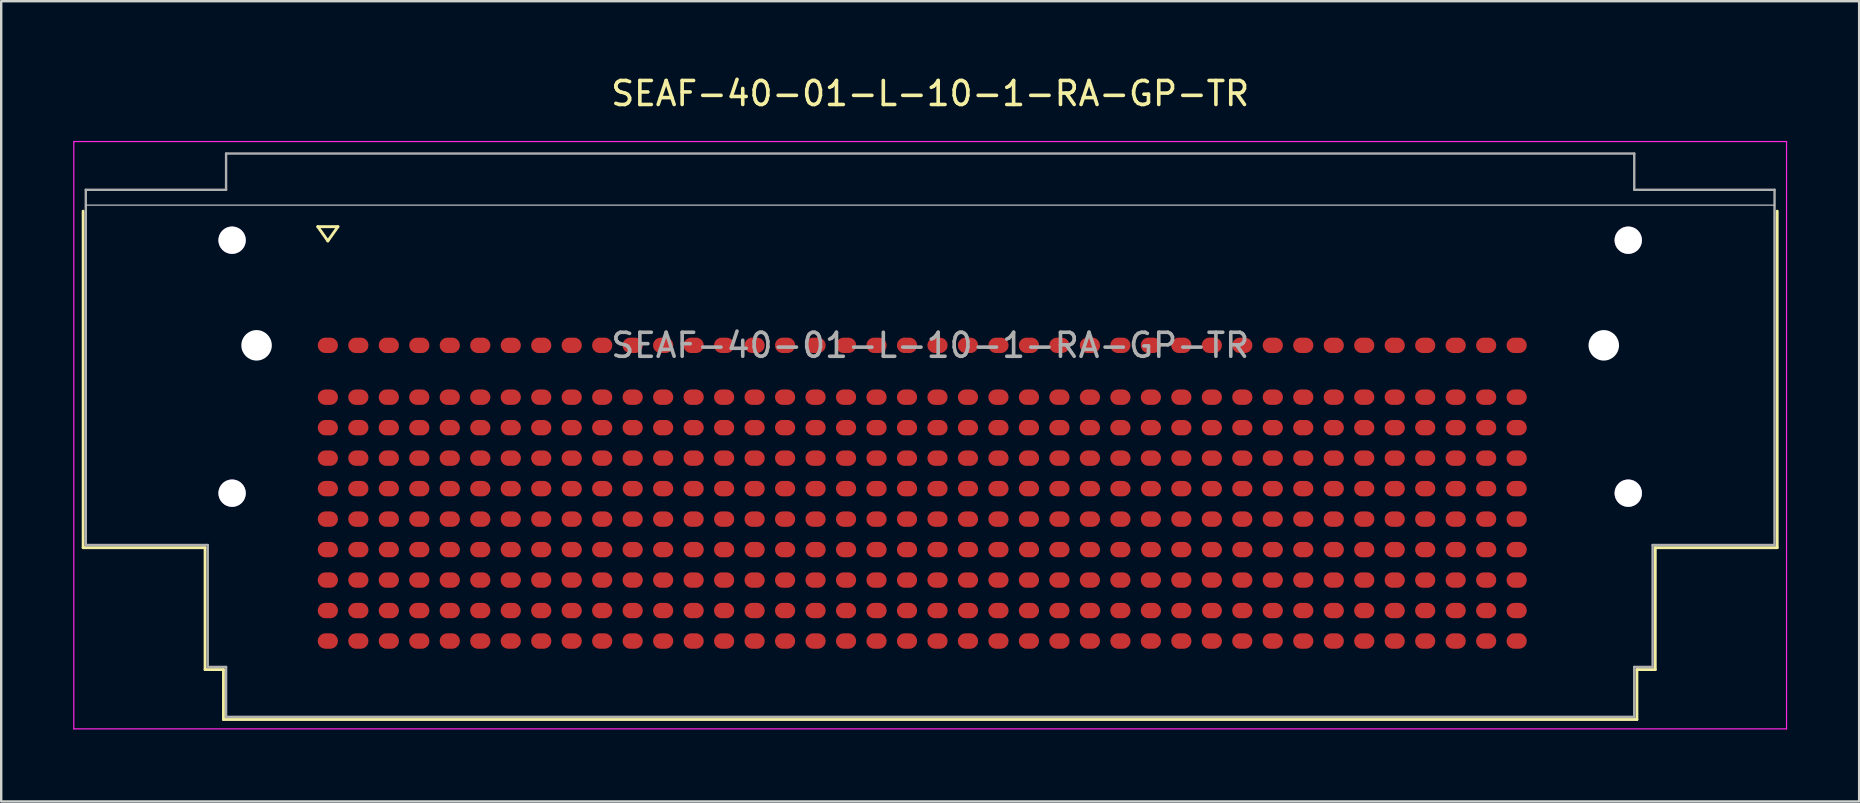
<source format=kicad_pcb>
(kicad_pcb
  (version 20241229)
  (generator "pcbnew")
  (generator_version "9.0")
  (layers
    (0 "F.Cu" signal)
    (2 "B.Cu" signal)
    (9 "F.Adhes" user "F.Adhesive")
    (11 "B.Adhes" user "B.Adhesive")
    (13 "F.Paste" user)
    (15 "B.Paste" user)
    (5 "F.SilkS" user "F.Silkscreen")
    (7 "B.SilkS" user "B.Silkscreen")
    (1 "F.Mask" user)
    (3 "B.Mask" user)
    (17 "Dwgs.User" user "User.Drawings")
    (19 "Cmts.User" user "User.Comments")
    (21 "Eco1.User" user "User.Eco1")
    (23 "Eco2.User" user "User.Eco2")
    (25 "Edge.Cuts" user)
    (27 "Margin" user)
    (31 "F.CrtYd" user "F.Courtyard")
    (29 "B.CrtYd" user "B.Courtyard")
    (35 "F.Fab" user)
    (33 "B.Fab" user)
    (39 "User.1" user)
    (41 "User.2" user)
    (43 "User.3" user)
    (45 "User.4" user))
  (footprint "SEAF-40-01-L-10-1-RA-GP-TR"
    (layer "F.Cu")
    (at 35.705 11.338)
    (property "Reference" "SEAF-40-01-L-10-1-RA-GP-TR" (at 0 -10.49 0) (layer "F.SilkS") (effects (font (size 1 1) (thickness 0.15))))
    (attr smd)
    (fp_line (start -35.29 -5.59) (end -35.29 8.43) (stroke (width 0.12) (type solid)) (layer "F.SilkS"))
    (fp_line (start -35.29 8.43) (end -30.21 8.43) (stroke (width 0.12) (type solid)) (layer "F.SilkS"))
    (fp_line (start -30.21 8.43) (end -30.21 13.51) (stroke (width 0.12) (type solid)) (layer "F.SilkS"))
    (fp_line (start -30.21 13.51) (end -29.445 13.51) (stroke (width 0.12) (type solid)) (layer "F.SilkS"))
    (fp_line (start -29.445 13.51) (end -29.445 15.59) (stroke (width 0.12) (type solid)) (layer "F.SilkS"))
    (fp_line (start -29.445 15.59) (end 29.445 15.59) (stroke (width 0.12) (type solid)) (layer "F.SilkS"))
    (fp_line (start -25.515 -4.944) (end -24.675 -4.944) (stroke (width 0.12) (type solid)) (layer "F.SilkS"))
    (fp_line (start -25.095 -4.35) (end -25.515 -4.944) (stroke (width 0.12) (type solid)) (layer "F.SilkS"))
    (fp_line (start -24.675 -4.944) (end -25.095 -4.35) (stroke (width 0.12) (type solid)) (layer "F.SilkS"))
    (fp_line (start 29.445 13.51) (end 30.21 13.51) (stroke (width 0.12) (type solid)) (layer "F.SilkS"))
    (fp_line (start 29.445 15.59) (end 29.445 13.51) (stroke (width 0.12) (type solid)) (layer "F.SilkS"))
    (fp_line (start 30.21 8.43) (end 35.29 8.43) (stroke (width 0.12) (type solid)) (layer "F.SilkS"))
    (fp_line (start 30.21 13.51) (end 30.21 8.43) (stroke (width 0.12) (type solid)) (layer "F.SilkS"))
    (fp_line (start 35.29 8.43) (end 35.29 -5.59) (stroke (width 0.12) (type solid)) (layer "F.SilkS"))
    (fp_line (start -35.18 -5.84) (end 35.18 -5.84) (stroke (width 0.05) (type solid)) (layer "Dwgs.User"))
    (fp_line (start -35.68 -8.49) (end -35.68 15.98) (stroke (width 0.05) (type solid)) (layer "F.CrtYd"))
    (fp_line (start -35.68 15.98) (end 35.68 15.98) (stroke (width 0.05) (type solid)) (layer "F.CrtYd"))
    (fp_line (start 35.68 -8.49) (end -35.68 -8.49) (stroke (width 0.05) (type solid)) (layer "F.CrtYd"))
    (fp_line (start 35.68 15.98) (end 35.68 -8.49) (stroke (width 0.05) (type solid)) (layer "F.CrtYd"))
    (fp_line (start -35.18 -6.48) (end -29.335 -6.48) (stroke (width 0.1) (type solid)) (layer "F.Fab"))
    (fp_line (start -35.18 8.32) (end -35.18 -6.48) (stroke (width 0.1) (type solid)) (layer "F.Fab"))
    (fp_line (start -30.1 8.32) (end -35.18 8.32) (stroke (width 0.1) (type solid)) (layer "F.Fab"))
    (fp_line (start -30.1 13.4) (end -30.1 8.32) (stroke (width 0.1) (type solid)) (layer "F.Fab"))
    (fp_line (start -29.335 -7.99) (end 29.335 -7.99) (stroke (width 0.1) (type solid)) (layer "F.Fab"))
    (fp_line (start -29.335 -6.48) (end -29.335 -7.99) (stroke (width 0.1) (type solid)) (layer "F.Fab"))
    (fp_line (start -29.335 13.4) (end -30.1 13.4) (stroke (width 0.1) (type solid)) (layer "F.Fab"))
    (fp_line (start -29.335 15.48) (end -29.335 13.4) (stroke (width 0.1) (type solid)) (layer "F.Fab"))
    (fp_line (start 29.335 -7.99) (end 29.335 -6.48) (stroke (width 0.1) (type solid)) (layer "F.Fab"))
    (fp_line (start 29.335 -6.48) (end 35.18 -6.48) (stroke (width 0.1) (type solid)) (layer "F.Fab"))
    (fp_line (start 29.335 13.4) (end 29.335 15.48) (stroke (width 0.1) (type solid)) (layer "F.Fab"))
    (fp_line (start 29.335 15.48) (end -29.335 15.48) (stroke (width 0.1) (type solid)) (layer "F.Fab"))
    (fp_line (start 30.1 8.32) (end 30.1 13.4) (stroke (width 0.1) (type solid)) (layer "F.Fab"))
    (fp_line (start 30.1 13.4) (end 29.335 13.4) (stroke (width 0.1) (type solid)) (layer "F.Fab"))
    (fp_line (start 35.18 -6.48) (end 35.18 8.32) (stroke (width 0.1) (type solid)) (layer "F.Fab"))
    (fp_line (start 35.18 8.32) (end 30.1 8.32) (stroke (width 0.1) (type solid)) (layer "F.Fab"))
    (fp_text user "${REFERENCE}" (at 0 0 0) (layer "F.Fab") (effects (font (size 1 1) (thickness 0.15))))
    (pad "" thru_hole circle (at -29.085 -4.38) (size 1.14 1.14) (drill 1.14) (layers "*.Cu" "*.Mask"))
    (pad "" thru_hole circle (at -29.085 6.16) (size 1.14 1.14) (drill 1.14) (layers "*.Cu" "*.Mask"))
    (pad "" np_thru_hole circle (at -28.065 0) (size 1.27 1.27) (drill 1.27) (layers "*.Cu" "*.Mask"))
    (pad "" smd oval (at -25.095 0) (size 0.98 0.89) (layers "F.Paste"))
    (pad "" smd oval (at -25.095 2.16) (size 0.98 0.89) (layers "F.Paste"))
    (pad "" smd oval (at -25.095 3.43) (size 0.98 0.89) (layers "F.Paste"))
    (pad "" smd oval (at -25.095 4.7) (size 0.98 0.89) (layers "F.Paste"))
    (pad "" smd oval (at -25.095 5.97) (size 0.98 0.89) (layers "F.Paste"))
    (pad "" smd oval (at -25.095 7.24) (size 0.98 0.89) (layers "F.Paste"))
    (pad "" smd oval (at -25.095 8.51) (size 0.98 0.89) (layers "F.Paste"))
    (pad "" smd oval (at -25.095 9.78) (size 0.98 0.89) (layers "F.Paste"))
    (pad "" smd oval (at -25.095 11.05) (size 0.98 0.89) (layers "F.Paste"))
    (pad "" smd oval (at -25.095 12.32) (size 0.98 0.89) (layers "F.Paste"))
    (pad "" smd oval (at -23.825 0) (size 0.98 0.89) (layers "F.Paste"))
    (pad "" smd oval (at -23.825 2.16) (size 0.98 0.89) (layers "F.Paste"))
    (pad "" smd oval (at -23.825 3.43) (size 0.98 0.89) (layers "F.Paste"))
    (pad "" smd oval (at -23.825 4.7) (size 0.98 0.89) (layers "F.Paste"))
    (pad "" smd oval (at -23.825 5.97) (size 0.98 0.89) (layers "F.Paste"))
    (pad "" smd oval (at -23.825 7.24) (size 0.98 0.89) (layers "F.Paste"))
    (pad "" smd oval (at -23.825 8.51) (size 0.98 0.89) (layers "F.Paste"))
    (pad "" smd oval (at -23.825 9.78) (size 0.98 0.89) (layers "F.Paste"))
    (pad "" smd oval (at -23.825 11.05) (size 0.98 0.89) (layers "F.Paste"))
    (pad "" smd oval (at -23.825 12.32) (size 0.98 0.89) (layers "F.Paste"))
    (pad "" smd oval (at -22.555 0) (size 0.98 0.89) (layers "F.Paste"))
    (pad "" smd oval (at -22.555 2.16) (size 0.98 0.89) (layers "F.Paste"))
    (pad "" smd oval (at -22.555 3.43) (size 0.98 0.89) (layers "F.Paste"))
    (pad "" smd oval (at -22.555 4.7) (size 0.98 0.89) (layers "F.Paste"))
    (pad "" smd oval (at -22.555 5.97) (size 0.98 0.89) (layers "F.Paste"))
    (pad "" smd oval (at -22.555 7.24) (size 0.98 0.89) (layers "F.Paste"))
    (pad "" smd oval (at -22.555 8.51) (size 0.98 0.89) (layers "F.Paste"))
    (pad "" smd oval (at -22.555 9.78) (size 0.98 0.89) (layers "F.Paste"))
    (pad "" smd oval (at -22.555 11.05) (size 0.98 0.89) (layers "F.Paste"))
    (pad "" smd oval (at -22.555 12.32) (size 0.98 0.89) (layers "F.Paste"))
    (pad "" smd oval (at -21.285 0) (size 0.98 0.89) (layers "F.Paste"))
    (pad "" smd oval (at -21.285 2.16) (size 0.98 0.89) (layers "F.Paste"))
    (pad "" smd oval (at -21.285 3.43) (size 0.98 0.89) (layers "F.Paste"))
    (pad "" smd oval (at -21.285 4.7) (size 0.98 0.89) (layers "F.Paste"))
    (pad "" smd oval (at -21.285 5.97) (size 0.98 0.89) (layers "F.Paste"))
    (pad "" smd oval (at -21.285 7.24) (size 0.98 0.89) (layers "F.Paste"))
    (pad "" smd oval (at -21.285 8.51) (size 0.98 0.89) (layers "F.Paste"))
    (pad "" smd oval (at -21.285 9.78) (size 0.98 0.89) (layers "F.Paste"))
    (pad "" smd oval (at -21.285 11.05) (size 0.98 0.89) (layers "F.Paste"))
    (pad "" smd oval (at -21.285 12.32) (size 0.98 0.89) (layers "F.Paste"))
    (pad "" smd oval (at -20.015 0) (size 0.98 0.89) (layers "F.Paste"))
    (pad "" smd oval (at -20.015 2.16) (size 0.98 0.89) (layers "F.Paste"))
    (pad "" smd oval (at -20.015 3.43) (size 0.98 0.89) (layers "F.Paste"))
    (pad "" smd oval (at -20.015 4.7) (size 0.98 0.89) (layers "F.Paste"))
    (pad "" smd oval (at -20.015 5.97) (size 0.98 0.89) (layers "F.Paste"))
    (pad "" smd oval (at -20.015 7.24) (size 0.98 0.89) (layers "F.Paste"))
    (pad "" smd oval (at -20.015 8.51) (size 0.98 0.89) (layers "F.Paste"))
    (pad "" smd oval (at -20.015 9.78) (size 0.98 0.89) (layers "F.Paste"))
    (pad "" smd oval (at -20.015 11.05) (size 0.98 0.89) (layers "F.Paste"))
    (pad "" smd oval (at -20.015 12.32) (size 0.98 0.89) (layers "F.Paste"))
    (pad "" smd oval (at -18.745 0) (size 0.98 0.89) (layers "F.Paste"))
    (pad "" smd oval (at -18.745 2.16) (size 0.98 0.89) (layers "F.Paste"))
    (pad "" smd oval (at -18.745 3.43) (size 0.98 0.89) (layers "F.Paste"))
    (pad "" smd oval (at -18.745 4.7) (size 0.98 0.89) (layers "F.Paste"))
    (pad "" smd oval (at -18.745 5.97) (size 0.98 0.89) (layers "F.Paste"))
    (pad "" smd oval (at -18.745 7.24) (size 0.98 0.89) (layers "F.Paste"))
    (pad "" smd oval (at -18.745 8.51) (size 0.98 0.89) (layers "F.Paste"))
    (pad "" smd oval (at -18.745 9.78) (size 0.98 0.89) (layers "F.Paste"))
    (pad "" smd oval (at -18.745 11.05) (size 0.98 0.89) (layers "F.Paste"))
    (pad "" smd oval (at -18.745 12.32) (size 0.98 0.89) (layers "F.Paste"))
    (pad "" smd oval (at -17.475 0) (size 0.98 0.89) (layers "F.Paste"))
    (pad "" smd oval (at -17.475 2.16) (size 0.98 0.89) (layers "F.Paste"))
    (pad "" smd oval (at -17.475 3.43) (size 0.98 0.89) (layers "F.Paste"))
    (pad "" smd oval (at -17.475 4.7) (size 0.98 0.89) (layers "F.Paste"))
    (pad "" smd oval (at -17.475 5.97) (size 0.98 0.89) (layers "F.Paste"))
    (pad "" smd oval (at -17.475 7.24) (size 0.98 0.89) (layers "F.Paste"))
    (pad "" smd oval (at -17.475 8.51) (size 0.98 0.89) (layers "F.Paste"))
    (pad "" smd oval (at -17.475 9.78) (size 0.98 0.89) (layers "F.Paste"))
    (pad "" smd oval (at -17.475 11.05) (size 0.98 0.89) (layers "F.Paste"))
    (pad "" smd oval (at -17.475 12.32) (size 0.98 0.89) (layers "F.Paste"))
    (pad "" smd oval (at -16.205 0) (size 0.98 0.89) (layers "F.Paste"))
    (pad "" smd oval (at -16.205 2.16) (size 0.98 0.89) (layers "F.Paste"))
    (pad "" smd oval (at -16.205 3.43) (size 0.98 0.89) (layers "F.Paste"))
    (pad "" smd oval (at -16.205 4.7) (size 0.98 0.89) (layers "F.Paste"))
    (pad "" smd oval (at -16.205 5.97) (size 0.98 0.89) (layers "F.Paste"))
    (pad "" smd oval (at -16.205 7.24) (size 0.98 0.89) (layers "F.Paste"))
    (pad "" smd oval (at -16.205 8.51) (size 0.98 0.89) (layers "F.Paste"))
    (pad "" smd oval (at -16.205 9.78) (size 0.98 0.89) (layers "F.Paste"))
    (pad "" smd oval (at -16.205 11.05) (size 0.98 0.89) (layers "F.Paste"))
    (pad "" smd oval (at -16.205 12.32) (size 0.98 0.89) (layers "F.Paste"))
    (pad "" smd oval (at -14.935 0) (size 0.98 0.89) (layers "F.Paste"))
    (pad "" smd oval (at -14.935 2.16) (size 0.98 0.89) (layers "F.Paste"))
    (pad "" smd oval (at -14.935 3.43) (size 0.98 0.89) (layers "F.Paste"))
    (pad "" smd oval (at -14.935 4.7) (size 0.98 0.89) (layers "F.Paste"))
    (pad "" smd oval (at -14.935 5.97) (size 0.98 0.89) (layers "F.Paste"))
    (pad "" smd oval (at -14.935 7.24) (size 0.98 0.89) (layers "F.Paste"))
    (pad "" smd oval (at -14.935 8.51) (size 0.98 0.89) (layers "F.Paste"))
    (pad "" smd oval (at -14.935 9.78) (size 0.98 0.89) (layers "F.Paste"))
    (pad "" smd oval (at -14.935 11.05) (size 0.98 0.89) (layers "F.Paste"))
    (pad "" smd oval (at -14.935 12.32) (size 0.98 0.89) (layers "F.Paste"))
    (pad "" smd oval (at -13.665 0) (size 0.98 0.89) (layers "F.Paste"))
    (pad "" smd oval (at -13.665 2.16) (size 0.98 0.89) (layers "F.Paste"))
    (pad "" smd oval (at -13.665 3.43) (size 0.98 0.89) (layers "F.Paste"))
    (pad "" smd oval (at -13.665 4.7) (size 0.98 0.89) (layers "F.Paste"))
    (pad "" smd oval (at -13.665 5.97) (size 0.98 0.89) (layers "F.Paste"))
    (pad "" smd oval (at -13.665 7.24) (size 0.98 0.89) (layers "F.Paste"))
    (pad "" smd oval (at -13.665 8.51) (size 0.98 0.89) (layers "F.Paste"))
    (pad "" smd oval (at -13.665 9.78) (size 0.98 0.89) (layers "F.Paste"))
    (pad "" smd oval (at -13.665 11.05) (size 0.98 0.89) (layers "F.Paste"))
    (pad "" smd oval (at -13.665 12.32) (size 0.98 0.89) (layers "F.Paste"))
    (pad "" smd oval (at -12.395 0) (size 0.98 0.89) (layers "F.Paste"))
    (pad "" smd oval (at -12.395 2.16) (size 0.98 0.89) (layers "F.Paste"))
    (pad "" smd oval (at -12.395 3.43) (size 0.98 0.89) (layers "F.Paste"))
    (pad "" smd oval (at -12.395 4.7) (size 0.98 0.89) (layers "F.Paste"))
    (pad "" smd oval (at -12.395 5.97) (size 0.98 0.89) (layers "F.Paste"))
    (pad "" smd oval (at -12.395 7.24) (size 0.98 0.89) (layers "F.Paste"))
    (pad "" smd oval (at -12.395 8.51) (size 0.98 0.89) (layers "F.Paste"))
    (pad "" smd oval (at -12.395 9.78) (size 0.98 0.89) (layers "F.Paste"))
    (pad "" smd oval (at -12.395 11.05) (size 0.98 0.89) (layers "F.Paste"))
    (pad "" smd oval (at -12.395 12.32) (size 0.98 0.89) (layers "F.Paste"))
    (pad "" smd oval (at -11.125 0) (size 0.98 0.89) (layers "F.Paste"))
    (pad "" smd oval (at -11.125 2.16) (size 0.98 0.89) (layers "F.Paste"))
    (pad "" smd oval (at -11.125 3.43) (size 0.98 0.89) (layers "F.Paste"))
    (pad "" smd oval (at -11.125 4.7) (size 0.98 0.89) (layers "F.Paste"))
    (pad "" smd oval (at -11.125 5.97) (size 0.98 0.89) (layers "F.Paste"))
    (pad "" smd oval (at -11.125 7.24) (size 0.98 0.89) (layers "F.Paste"))
    (pad "" smd oval (at -11.125 8.51) (size 0.98 0.89) (layers "F.Paste"))
    (pad "" smd oval (at -11.125 9.78) (size 0.98 0.89) (layers "F.Paste"))
    (pad "" smd oval (at -11.125 11.05) (size 0.98 0.89) (layers "F.Paste"))
    (pad "" smd oval (at -11.125 12.32) (size 0.98 0.89) (layers "F.Paste"))
    (pad "" smd oval (at -9.855 0) (size 0.98 0.89) (layers "F.Paste"))
    (pad "" smd oval (at -9.855 2.16) (size 0.98 0.89) (layers "F.Paste"))
    (pad "" smd oval (at -9.855 3.43) (size 0.98 0.89) (layers "F.Paste"))
    (pad "" smd oval (at -9.855 4.7) (size 0.98 0.89) (layers "F.Paste"))
    (pad "" smd oval (at -9.855 5.97) (size 0.98 0.89) (layers "F.Paste"))
    (pad "" smd oval (at -9.855 7.24) (size 0.98 0.89) (layers "F.Paste"))
    (pad "" smd oval (at -9.855 8.51) (size 0.98 0.89) (layers "F.Paste"))
    (pad "" smd oval (at -9.855 9.78) (size 0.98 0.89) (layers "F.Paste"))
    (pad "" smd oval (at -9.855 11.05) (size 0.98 0.89) (layers "F.Paste"))
    (pad "" smd oval (at -9.855 12.32) (size 0.98 0.89) (layers "F.Paste"))
    (pad "" smd oval (at -8.585 0) (size 0.98 0.89) (layers "F.Paste"))
    (pad "" smd oval (at -8.585 2.16) (size 0.98 0.89) (layers "F.Paste"))
    (pad "" smd oval (at -8.585 3.43) (size 0.98 0.89) (layers "F.Paste"))
    (pad "" smd oval (at -8.585 4.7) (size 0.98 0.89) (layers "F.Paste"))
    (pad "" smd oval (at -8.585 5.97) (size 0.98 0.89) (layers "F.Paste"))
    (pad "" smd oval (at -8.585 7.24) (size 0.98 0.89) (layers "F.Paste"))
    (pad "" smd oval (at -8.585 8.51) (size 0.98 0.89) (layers "F.Paste"))
    (pad "" smd oval (at -8.585 9.78) (size 0.98 0.89) (layers "F.Paste"))
    (pad "" smd oval (at -8.585 11.05) (size 0.98 0.89) (layers "F.Paste"))
    (pad "" smd oval (at -8.585 12.32) (size 0.98 0.89) (layers "F.Paste"))
    (pad "" smd oval (at -7.315 0) (size 0.98 0.89) (layers "F.Paste"))
    (pad "" smd oval (at -7.315 2.16) (size 0.98 0.89) (layers "F.Paste"))
    (pad "" smd oval (at -7.315 3.43) (size 0.98 0.89) (layers "F.Paste"))
    (pad "" smd oval (at -7.315 4.7) (size 0.98 0.89) (layers "F.Paste"))
    (pad "" smd oval (at -7.315 5.97) (size 0.98 0.89) (layers "F.Paste"))
    (pad "" smd oval (at -7.315 7.24) (size 0.98 0.89) (layers "F.Paste"))
    (pad "" smd oval (at -7.315 8.51) (size 0.98 0.89) (layers "F.Paste"))
    (pad "" smd oval (at -7.315 9.78) (size 0.98 0.89) (layers "F.Paste"))
    (pad "" smd oval (at -7.315 11.05) (size 0.98 0.89) (layers "F.Paste"))
    (pad "" smd oval (at -7.315 12.32) (size 0.98 0.89) (layers "F.Paste"))
    (pad "" smd oval (at -6.045 0) (size 0.98 0.89) (layers "F.Paste"))
    (pad "" smd oval (at -6.045 2.16) (size 0.98 0.89) (layers "F.Paste"))
    (pad "" smd oval (at -6.045 3.43) (size 0.98 0.89) (layers "F.Paste"))
    (pad "" smd oval (at -6.045 4.7) (size 0.98 0.89) (layers "F.Paste"))
    (pad "" smd oval (at -6.045 5.97) (size 0.98 0.89) (layers "F.Paste"))
    (pad "" smd oval (at -6.045 7.24) (size 0.98 0.89) (layers "F.Paste"))
    (pad "" smd oval (at -6.045 8.51) (size 0.98 0.89) (layers "F.Paste"))
    (pad "" smd oval (at -6.045 9.78) (size 0.98 0.89) (layers "F.Paste"))
    (pad "" smd oval (at -6.045 11.05) (size 0.98 0.89) (layers "F.Paste"))
    (pad "" smd oval (at -6.045 12.32) (size 0.98 0.89) (layers "F.Paste"))
    (pad "" smd oval (at -4.775 0) (size 0.98 0.89) (layers "F.Paste"))
    (pad "" smd oval (at -4.775 2.16) (size 0.98 0.89) (layers "F.Paste"))
    (pad "" smd oval (at -4.775 3.43) (size 0.98 0.89) (layers "F.Paste"))
    (pad "" smd oval (at -4.775 4.7) (size 0.98 0.89) (layers "F.Paste"))
    (pad "" smd oval (at -4.775 5.97) (size 0.98 0.89) (layers "F.Paste"))
    (pad "" smd oval (at -4.775 7.24) (size 0.98 0.89) (layers "F.Paste"))
    (pad "" smd oval (at -4.775 8.51) (size 0.98 0.89) (layers "F.Paste"))
    (pad "" smd oval (at -4.775 9.78) (size 0.98 0.89) (layers "F.Paste"))
    (pad "" smd oval (at -4.775 11.05) (size 0.98 0.89) (layers "F.Paste"))
    (pad "" smd oval (at -4.775 12.32) (size 0.98 0.89) (layers "F.Paste"))
    (pad "" smd oval (at -3.505 0) (size 0.98 0.89) (layers "F.Paste"))
    (pad "" smd oval (at -3.505 2.16) (size 0.98 0.89) (layers "F.Paste"))
    (pad "" smd oval (at -3.505 3.43) (size 0.98 0.89) (layers "F.Paste"))
    (pad "" smd oval (at -3.505 4.7) (size 0.98 0.89) (layers "F.Paste"))
    (pad "" smd oval (at -3.505 5.97) (size 0.98 0.89) (layers "F.Paste"))
    (pad "" smd oval (at -3.505 7.24) (size 0.98 0.89) (layers "F.Paste"))
    (pad "" smd oval (at -3.505 8.51) (size 0.98 0.89) (layers "F.Paste"))
    (pad "" smd oval (at -3.505 9.78) (size 0.98 0.89) (layers "F.Paste"))
    (pad "" smd oval (at -3.505 11.05) (size 0.98 0.89) (layers "F.Paste"))
    (pad "" smd oval (at -3.505 12.32) (size 0.98 0.89) (layers "F.Paste"))
    (pad "" smd oval (at -2.235 0) (size 0.98 0.89) (layers "F.Paste"))
    (pad "" smd oval (at -2.235 2.16) (size 0.98 0.89) (layers "F.Paste"))
    (pad "" smd oval (at -2.235 3.43) (size 0.98 0.89) (layers "F.Paste"))
    (pad "" smd oval (at -2.235 4.7) (size 0.98 0.89) (layers "F.Paste"))
    (pad "" smd oval (at -2.235 5.97) (size 0.98 0.89) (layers "F.Paste"))
    (pad "" smd oval (at -2.235 7.24) (size 0.98 0.89) (layers "F.Paste"))
    (pad "" smd oval (at -2.235 8.51) (size 0.98 0.89) (layers "F.Paste"))
    (pad "" smd oval (at -2.235 9.78) (size 0.98 0.89) (layers "F.Paste"))
    (pad "" smd oval (at -2.235 11.05) (size 0.98 0.89) (layers "F.Paste"))
    (pad "" smd oval (at -2.235 12.32) (size 0.98 0.89) (layers "F.Paste"))
    (pad "" smd oval (at -0.965 0) (size 0.98 0.89) (layers "F.Paste"))
    (pad "" smd oval (at -0.965 2.16) (size 0.98 0.89) (layers "F.Paste"))
    (pad "" smd oval (at -0.965 3.43) (size 0.98 0.89) (layers "F.Paste"))
    (pad "" smd oval (at -0.965 4.7) (size 0.98 0.89) (layers "F.Paste"))
    (pad "" smd oval (at -0.965 5.97) (size 0.98 0.89) (layers "F.Paste"))
    (pad "" smd oval (at -0.965 7.24) (size 0.98 0.89) (layers "F.Paste"))
    (pad "" smd oval (at -0.965 8.51) (size 0.98 0.89) (layers "F.Paste"))
    (pad "" smd oval (at -0.965 9.78) (size 0.98 0.89) (layers "F.Paste"))
    (pad "" smd oval (at -0.965 11.05) (size 0.98 0.89) (layers "F.Paste"))
    (pad "" smd oval (at -0.965 12.32) (size 0.98 0.89) (layers "F.Paste"))
    (pad "" smd oval (at 0.305 0) (size 0.98 0.89) (layers "F.Paste"))
    (pad "" smd oval (at 0.305 2.16) (size 0.98 0.89) (layers "F.Paste"))
    (pad "" smd oval (at 0.305 3.43) (size 0.98 0.89) (layers "F.Paste"))
    (pad "" smd oval (at 0.305 4.7) (size 0.98 0.89) (layers "F.Paste"))
    (pad "" smd oval (at 0.305 5.97) (size 0.98 0.89) (layers "F.Paste"))
    (pad "" smd oval (at 0.305 7.24) (size 0.98 0.89) (layers "F.Paste"))
    (pad "" smd oval (at 0.305 8.51) (size 0.98 0.89) (layers "F.Paste"))
    (pad "" smd oval (at 0.305 9.78) (size 0.98 0.89) (layers "F.Paste"))
    (pad "" smd oval (at 0.305 11.05) (size 0.98 0.89) (layers "F.Paste"))
    (pad "" smd oval (at 0.305 12.32) (size 0.98 0.89) (layers "F.Paste"))
    (pad "" smd oval (at 1.575 0) (size 0.98 0.89) (layers "F.Paste"))
    (pad "" smd oval (at 1.575 2.16) (size 0.98 0.89) (layers "F.Paste"))
    (pad "" smd oval (at 1.575 3.43) (size 0.98 0.89) (layers "F.Paste"))
    (pad "" smd oval (at 1.575 4.7) (size 0.98 0.89) (layers "F.Paste"))
    (pad "" smd oval (at 1.575 5.97) (size 0.98 0.89) (layers "F.Paste"))
    (pad "" smd oval (at 1.575 7.24) (size 0.98 0.89) (layers "F.Paste"))
    (pad "" smd oval (at 1.575 8.51) (size 0.98 0.89) (layers "F.Paste"))
    (pad "" smd oval (at 1.575 9.78) (size 0.98 0.89) (layers "F.Paste"))
    (pad "" smd oval (at 1.575 11.05) (size 0.98 0.89) (layers "F.Paste"))
    (pad "" smd oval (at 1.575 12.32) (size 0.98 0.89) (layers "F.Paste"))
    (pad "" smd oval (at 2.845 0) (size 0.98 0.89) (layers "F.Paste"))
    (pad "" smd oval (at 2.845 2.16) (size 0.98 0.89) (layers "F.Paste"))
    (pad "" smd oval (at 2.845 3.43) (size 0.98 0.89) (layers "F.Paste"))
    (pad "" smd oval (at 2.845 4.7) (size 0.98 0.89) (layers "F.Paste"))
    (pad "" smd oval (at 2.845 5.97) (size 0.98 0.89) (layers "F.Paste"))
    (pad "" smd oval (at 2.845 7.24) (size 0.98 0.89) (layers "F.Paste"))
    (pad "" smd oval (at 2.845 8.51) (size 0.98 0.89) (layers "F.Paste"))
    (pad "" smd oval (at 2.845 9.78) (size 0.98 0.89) (layers "F.Paste"))
    (pad "" smd oval (at 2.845 11.05) (size 0.98 0.89) (layers "F.Paste"))
    (pad "" smd oval (at 2.845 12.32) (size 0.98 0.89) (layers "F.Paste"))
    (pad "" smd oval (at 4.115 0) (size 0.98 0.89) (layers "F.Paste"))
    (pad "" smd oval (at 4.115 2.16) (size 0.98 0.89) (layers "F.Paste"))
    (pad "" smd oval (at 4.115 3.43) (size 0.98 0.89) (layers "F.Paste"))
    (pad "" smd oval (at 4.115 4.7) (size 0.98 0.89) (layers "F.Paste"))
    (pad "" smd oval (at 4.115 5.97) (size 0.98 0.89) (layers "F.Paste"))
    (pad "" smd oval (at 4.115 7.24) (size 0.98 0.89) (layers "F.Paste"))
    (pad "" smd oval (at 4.115 8.51) (size 0.98 0.89) (layers "F.Paste"))
    (pad "" smd oval (at 4.115 9.78) (size 0.98 0.89) (layers "F.Paste"))
    (pad "" smd oval (at 4.115 11.05) (size 0.98 0.89) (layers "F.Paste"))
    (pad "" smd oval (at 4.115 12.32) (size 0.98 0.89) (layers "F.Paste"))
    (pad "" smd oval (at 5.385 0) (size 0.98 0.89) (layers "F.Paste"))
    (pad "" smd oval (at 5.385 2.16) (size 0.98 0.89) (layers "F.Paste"))
    (pad "" smd oval (at 5.385 3.43) (size 0.98 0.89) (layers "F.Paste"))
    (pad "" smd oval (at 5.385 4.7) (size 0.98 0.89) (layers "F.Paste"))
    (pad "" smd oval (at 5.385 5.97) (size 0.98 0.89) (layers "F.Paste"))
    (pad "" smd oval (at 5.385 7.24) (size 0.98 0.89) (layers "F.Paste"))
    (pad "" smd oval (at 5.385 8.51) (size 0.98 0.89) (layers "F.Paste"))
    (pad "" smd oval (at 5.385 9.78) (size 0.98 0.89) (layers "F.Paste"))
    (pad "" smd oval (at 5.385 11.05) (size 0.98 0.89) (layers "F.Paste"))
    (pad "" smd oval (at 5.385 12.32) (size 0.98 0.89) (layers "F.Paste"))
    (pad "" smd oval (at 6.655 0) (size 0.98 0.89) (layers "F.Paste"))
    (pad "" smd oval (at 6.655 2.16) (size 0.98 0.89) (layers "F.Paste"))
    (pad "" smd oval (at 6.655 3.43) (size 0.98 0.89) (layers "F.Paste"))
    (pad "" smd oval (at 6.655 4.7) (size 0.98 0.89) (layers "F.Paste"))
    (pad "" smd oval (at 6.655 5.97) (size 0.98 0.89) (layers "F.Paste"))
    (pad "" smd oval (at 6.655 7.24) (size 0.98 0.89) (layers "F.Paste"))
    (pad "" smd oval (at 6.655 8.51) (size 0.98 0.89) (layers "F.Paste"))
    (pad "" smd oval (at 6.655 9.78) (size 0.98 0.89) (layers "F.Paste"))
    (pad "" smd oval (at 6.655 11.05) (size 0.98 0.89) (layers "F.Paste"))
    (pad "" smd oval (at 6.655 12.32) (size 0.98 0.89) (layers "F.Paste"))
    (pad "" smd oval (at 7.925 0) (size 0.98 0.89) (layers "F.Paste"))
    (pad "" smd oval (at 7.925 2.16) (size 0.98 0.89) (layers "F.Paste"))
    (pad "" smd oval (at 7.925 3.43) (size 0.98 0.89) (layers "F.Paste"))
    (pad "" smd oval (at 7.925 4.7) (size 0.98 0.89) (layers "F.Paste"))
    (pad "" smd oval (at 7.925 5.97) (size 0.98 0.89) (layers "F.Paste"))
    (pad "" smd oval (at 7.925 7.24) (size 0.98 0.89) (layers "F.Paste"))
    (pad "" smd oval (at 7.925 8.51) (size 0.98 0.89) (layers "F.Paste"))
    (pad "" smd oval (at 7.925 9.78) (size 0.98 0.89) (layers "F.Paste"))
    (pad "" smd oval (at 7.925 11.05) (size 0.98 0.89) (layers "F.Paste"))
    (pad "" smd oval (at 7.925 12.32) (size 0.98 0.89) (layers "F.Paste"))
    (pad "" smd oval (at 9.195 0) (size 0.98 0.89) (layers "F.Paste"))
    (pad "" smd oval (at 9.195 2.16) (size 0.98 0.89) (layers "F.Paste"))
    (pad "" smd oval (at 9.195 3.43) (size 0.98 0.89) (layers "F.Paste"))
    (pad "" smd oval (at 9.195 4.7) (size 0.98 0.89) (layers "F.Paste"))
    (pad "" smd oval (at 9.195 5.97) (size 0.98 0.89) (layers "F.Paste"))
    (pad "" smd oval (at 9.195 7.24) (size 0.98 0.89) (layers "F.Paste"))
    (pad "" smd oval (at 9.195 8.51) (size 0.98 0.89) (layers "F.Paste"))
    (pad "" smd oval (at 9.195 9.78) (size 0.98 0.89) (layers "F.Paste"))
    (pad "" smd oval (at 9.195 11.05) (size 0.98 0.89) (layers "F.Paste"))
    (pad "" smd oval (at 9.195 12.32) (size 0.98 0.89) (layers "F.Paste"))
    (pad "" smd oval (at 10.465 0) (size 0.98 0.89) (layers "F.Paste"))
    (pad "" smd oval (at 10.465 2.16) (size 0.98 0.89) (layers "F.Paste"))
    (pad "" smd oval (at 10.465 3.43) (size 0.98 0.89) (layers "F.Paste"))
    (pad "" smd oval (at 10.465 4.7) (size 0.98 0.89) (layers "F.Paste"))
    (pad "" smd oval (at 10.465 5.97) (size 0.98 0.89) (layers "F.Paste"))
    (pad "" smd oval (at 10.465 7.24) (size 0.98 0.89) (layers "F.Paste"))
    (pad "" smd oval (at 10.465 8.51) (size 0.98 0.89) (layers "F.Paste"))
    (pad "" smd oval (at 10.465 9.78) (size 0.98 0.89) (layers "F.Paste"))
    (pad "" smd oval (at 10.465 11.05) (size 0.98 0.89) (layers "F.Paste"))
    (pad "" smd oval (at 10.465 12.32) (size 0.98 0.89) (layers "F.Paste"))
    (pad "" smd oval (at 11.735 0) (size 0.98 0.89) (layers "F.Paste"))
    (pad "" smd oval (at 11.735 2.16) (size 0.98 0.89) (layers "F.Paste"))
    (pad "" smd oval (at 11.735 3.43) (size 0.98 0.89) (layers "F.Paste"))
    (pad "" smd oval (at 11.735 4.7) (size 0.98 0.89) (layers "F.Paste"))
    (pad "" smd oval (at 11.735 5.97) (size 0.98 0.89) (layers "F.Paste"))
    (pad "" smd oval (at 11.735 7.24) (size 0.98 0.89) (layers "F.Paste"))
    (pad "" smd oval (at 11.735 8.51) (size 0.98 0.89) (layers "F.Paste"))
    (pad "" smd oval (at 11.735 9.78) (size 0.98 0.89) (layers "F.Paste"))
    (pad "" smd oval (at 11.735 11.05) (size 0.98 0.89) (layers "F.Paste"))
    (pad "" smd oval (at 11.735 12.32) (size 0.98 0.89) (layers "F.Paste"))
    (pad "" smd oval (at 13.005 0) (size 0.98 0.89) (layers "F.Paste"))
    (pad "" smd oval (at 13.005 2.16) (size 0.98 0.89) (layers "F.Paste"))
    (pad "" smd oval (at 13.005 3.43) (size 0.98 0.89) (layers "F.Paste"))
    (pad "" smd oval (at 13.005 4.7) (size 0.98 0.89) (layers "F.Paste"))
    (pad "" smd oval (at 13.005 5.97) (size 0.98 0.89) (layers "F.Paste"))
    (pad "" smd oval (at 13.005 7.24) (size 0.98 0.89) (layers "F.Paste"))
    (pad "" smd oval (at 13.005 8.51) (size 0.98 0.89) (layers "F.Paste"))
    (pad "" smd oval (at 13.005 9.78) (size 0.98 0.89) (layers "F.Paste"))
    (pad "" smd oval (at 13.005 11.05) (size 0.98 0.89) (layers "F.Paste"))
    (pad "" smd oval (at 13.005 12.32) (size 0.98 0.89) (layers "F.Paste"))
    (pad "" smd oval (at 14.275 0) (size 0.98 0.89) (layers "F.Paste"))
    (pad "" smd oval (at 14.275 2.16) (size 0.98 0.89) (layers "F.Paste"))
    (pad "" smd oval (at 14.275 3.43) (size 0.98 0.89) (layers "F.Paste"))
    (pad "" smd oval (at 14.275 4.7) (size 0.98 0.89) (layers "F.Paste"))
    (pad "" smd oval (at 14.275 5.97) (size 0.98 0.89) (layers "F.Paste"))
    (pad "" smd oval (at 14.275 7.24) (size 0.98 0.89) (layers "F.Paste"))
    (pad "" smd oval (at 14.275 8.51) (size 0.98 0.89) (layers "F.Paste"))
    (pad "" smd oval (at 14.275 9.78) (size 0.98 0.89) (layers "F.Paste"))
    (pad "" smd oval (at 14.275 11.05) (size 0.98 0.89) (layers "F.Paste"))
    (pad "" smd oval (at 14.275 12.32) (size 0.98 0.89) (layers "F.Paste"))
    (pad "" smd oval (at 15.545 0) (size 0.98 0.89) (layers "F.Paste"))
    (pad "" smd oval (at 15.545 2.16) (size 0.98 0.89) (layers "F.Paste"))
    (pad "" smd oval (at 15.545 3.43) (size 0.98 0.89) (layers "F.Paste"))
    (pad "" smd oval (at 15.545 4.7) (size 0.98 0.89) (layers "F.Paste"))
    (pad "" smd oval (at 15.545 5.97) (size 0.98 0.89) (layers "F.Paste"))
    (pad "" smd oval (at 15.545 7.24) (size 0.98 0.89) (layers "F.Paste"))
    (pad "" smd oval (at 15.545 8.51) (size 0.98 0.89) (layers "F.Paste"))
    (pad "" smd oval (at 15.545 9.78) (size 0.98 0.89) (layers "F.Paste"))
    (pad "" smd oval (at 15.545 11.05) (size 0.98 0.89) (layers "F.Paste"))
    (pad "" smd oval (at 15.545 12.32) (size 0.98 0.89) (layers "F.Paste"))
    (pad "" smd oval (at 16.815 0) (size 0.98 0.89) (layers "F.Paste"))
    (pad "" smd oval (at 16.815 2.16) (size 0.98 0.89) (layers "F.Paste"))
    (pad "" smd oval (at 16.815 3.43) (size 0.98 0.89) (layers "F.Paste"))
    (pad "" smd oval (at 16.815 4.7) (size 0.98 0.89) (layers "F.Paste"))
    (pad "" smd oval (at 16.815 5.97) (size 0.98 0.89) (layers "F.Paste"))
    (pad "" smd oval (at 16.815 7.24) (size 0.98 0.89) (layers "F.Paste"))
    (pad "" smd oval (at 16.815 8.51) (size 0.98 0.89) (layers "F.Paste"))
    (pad "" smd oval (at 16.815 9.78) (size 0.98 0.89) (layers "F.Paste"))
    (pad "" smd oval (at 16.815 11.05) (size 0.98 0.89) (layers "F.Paste"))
    (pad "" smd oval (at 16.815 12.32) (size 0.98 0.89) (layers "F.Paste"))
    (pad "" smd oval (at 18.085 0) (size 0.98 0.89) (layers "F.Paste"))
    (pad "" smd oval (at 18.085 2.16) (size 0.98 0.89) (layers "F.Paste"))
    (pad "" smd oval (at 18.085 3.43) (size 0.98 0.89) (layers "F.Paste"))
    (pad "" smd oval (at 18.085 4.7) (size 0.98 0.89) (layers "F.Paste"))
    (pad "" smd oval (at 18.085 5.97) (size 0.98 0.89) (layers "F.Paste"))
    (pad "" smd oval (at 18.085 7.24) (size 0.98 0.89) (layers "F.Paste"))
    (pad "" smd oval (at 18.085 8.51) (size 0.98 0.89) (layers "F.Paste"))
    (pad "" smd oval (at 18.085 9.78) (size 0.98 0.89) (layers "F.Paste"))
    (pad "" smd oval (at 18.085 11.05) (size 0.98 0.89) (layers "F.Paste"))
    (pad "" smd oval (at 18.085 12.32) (size 0.98 0.89) (layers "F.Paste"))
    (pad "" smd oval (at 19.355 0) (size 0.98 0.89) (layers "F.Paste"))
    (pad "" smd oval (at 19.355 2.16) (size 0.98 0.89) (layers "F.Paste"))
    (pad "" smd oval (at 19.355 3.43) (size 0.98 0.89) (layers "F.Paste"))
    (pad "" smd oval (at 19.355 4.7) (size 0.98 0.89) (layers "F.Paste"))
    (pad "" smd oval (at 19.355 5.97) (size 0.98 0.89) (layers "F.Paste"))
    (pad "" smd oval (at 19.355 7.24) (size 0.98 0.89) (layers "F.Paste"))
    (pad "" smd oval (at 19.355 8.51) (size 0.98 0.89) (layers "F.Paste"))
    (pad "" smd oval (at 19.355 9.78) (size 0.98 0.89) (layers "F.Paste"))
    (pad "" smd oval (at 19.355 11.05) (size 0.98 0.89) (layers "F.Paste"))
    (pad "" smd oval (at 19.355 12.32) (size 0.98 0.89) (layers "F.Paste"))
    (pad "" smd oval (at 20.625 0) (size 0.98 0.89) (layers "F.Paste"))
    (pad "" smd oval (at 20.625 2.16) (size 0.98 0.89) (layers "F.Paste"))
    (pad "" smd oval (at 20.625 3.43) (size 0.98 0.89) (layers "F.Paste"))
    (pad "" smd oval (at 20.625 4.7) (size 0.98 0.89) (layers "F.Paste"))
    (pad "" smd oval (at 20.625 5.97) (size 0.98 0.89) (layers "F.Paste"))
    (pad "" smd oval (at 20.625 7.24) (size 0.98 0.89) (layers "F.Paste"))
    (pad "" smd oval (at 20.625 8.51) (size 0.98 0.89) (layers "F.Paste"))
    (pad "" smd oval (at 20.625 9.78) (size 0.98 0.89) (layers "F.Paste"))
    (pad "" smd oval (at 20.625 11.05) (size 0.98 0.89) (layers "F.Paste"))
    (pad "" smd oval (at 20.625 12.32) (size 0.98 0.89) (layers "F.Paste"))
    (pad "" smd oval (at 21.895 0) (size 0.98 0.89) (layers "F.Paste"))
    (pad "" smd oval (at 21.895 2.16) (size 0.98 0.89) (layers "F.Paste"))
    (pad "" smd oval (at 21.895 3.43) (size 0.98 0.89) (layers "F.Paste"))
    (pad "" smd oval (at 21.895 4.7) (size 0.98 0.89) (layers "F.Paste"))
    (pad "" smd oval (at 21.895 5.97) (size 0.98 0.89) (layers "F.Paste"))
    (pad "" smd oval (at 21.895 7.24) (size 0.98 0.89) (layers "F.Paste"))
    (pad "" smd oval (at 21.895 8.51) (size 0.98 0.89) (layers "F.Paste"))
    (pad "" smd oval (at 21.895 9.78) (size 0.98 0.89) (layers "F.Paste"))
    (pad "" smd oval (at 21.895 11.05) (size 0.98 0.89) (layers "F.Paste"))
    (pad "" smd oval (at 21.895 12.32) (size 0.98 0.89) (layers "F.Paste"))
    (pad "" smd oval (at 23.165 0) (size 0.98 0.89) (layers "F.Paste"))
    (pad "" smd oval (at 23.165 2.16) (size 0.98 0.89) (layers "F.Paste"))
    (pad "" smd oval (at 23.165 3.43) (size 0.98 0.89) (layers "F.Paste"))
    (pad "" smd oval (at 23.165 4.7) (size 0.98 0.89) (layers "F.Paste"))
    (pad "" smd oval (at 23.165 5.97) (size 0.98 0.89) (layers "F.Paste"))
    (pad "" smd oval (at 23.165 7.24) (size 0.98 0.89) (layers "F.Paste"))
    (pad "" smd oval (at 23.165 8.51) (size 0.98 0.89) (layers "F.Paste"))
    (pad "" smd oval (at 23.165 9.78) (size 0.98 0.89) (layers "F.Paste"))
    (pad "" smd oval (at 23.165 11.05) (size 0.98 0.89) (layers "F.Paste"))
    (pad "" smd oval (at 23.165 12.32) (size 0.98 0.89) (layers "F.Paste"))
    (pad "" smd oval (at 24.435 0) (size 0.98 0.89) (layers "F.Paste"))
    (pad "" smd oval (at 24.435 2.16) (size 0.98 0.89) (layers "F.Paste"))
    (pad "" smd oval (at 24.435 3.43) (size 0.98 0.89) (layers "F.Paste"))
    (pad "" smd oval (at 24.435 4.7) (size 0.98 0.89) (layers "F.Paste"))
    (pad "" smd oval (at 24.435 5.97) (size 0.98 0.89) (layers "F.Paste"))
    (pad "" smd oval (at 24.435 7.24) (size 0.98 0.89) (layers "F.Paste"))
    (pad "" smd oval (at 24.435 8.51) (size 0.98 0.89) (layers "F.Paste"))
    (pad "" smd oval (at 24.435 9.78) (size 0.98 0.89) (layers "F.Paste"))
    (pad "" smd oval (at 24.435 11.05) (size 0.98 0.89) (layers "F.Paste"))
    (pad "" smd oval (at 24.435 12.32) (size 0.98 0.89) (layers "F.Paste"))
    (pad "" np_thru_hole circle (at 28.065 0) (size 1.27 1.27) (drill 1.27) (layers "*.Cu" "*.Mask"))
    (pad "" thru_hole circle (at 29.085 -4.38) (size 1.14 1.14) (drill 1.14) (layers "*.Cu" "*.Mask"))
    (pad "" thru_hole circle (at 29.085 6.16) (size 1.14 1.14) (drill 1.14) (layers "*.Cu" "*.Mask"))
    (pad "A1" smd oval (at -25.095 0) (size 0.84 0.64) (layers "F.Cu" "F.Mask"))
    (pad "A2" smd oval (at -23.825 0) (size 0.84 0.64) (layers "F.Cu" "F.Mask"))
    (pad "A3" smd oval (at -22.555 0) (size 0.84 0.64) (layers "F.Cu" "F.Mask"))
    (pad "A4" smd oval (at -21.285 0) (size 0.84 0.64) (layers "F.Cu" "F.Mask"))
    (pad "A5" smd oval (at -20.015 0) (size 0.84 0.64) (layers "F.Cu" "F.Mask"))
    (pad "A6" smd oval (at -18.745 0) (size 0.84 0.64) (layers "F.Cu" "F.Mask"))
    (pad "A7" smd oval (at -17.475 0) (size 0.84 0.64) (layers "F.Cu" "F.Mask"))
    (pad "A8" smd oval (at -16.205 0) (size 0.84 0.64) (layers "F.Cu" "F.Mask"))
    (pad "A9" smd oval (at -14.935 0) (size 0.84 0.64) (layers "F.Cu" "F.Mask"))
    (pad "A10" smd oval (at -13.665 0) (size 0.84 0.64) (layers "F.Cu" "F.Mask"))
    (pad "A11" smd oval (at -12.395 0) (size 0.84 0.64) (layers "F.Cu" "F.Mask"))
    (pad "A12" smd oval (at -11.125 0) (size 0.84 0.64) (layers "F.Cu" "F.Mask"))
    (pad "A13" smd oval (at -9.855 0) (size 0.84 0.64) (layers "F.Cu" "F.Mask"))
    (pad "A14" smd oval (at -8.585 0) (size 0.84 0.64) (layers "F.Cu" "F.Mask"))
    (pad "A15" smd oval (at -7.315 0) (size 0.84 0.64) (layers "F.Cu" "F.Mask"))
    (pad "A16" smd oval (at -6.045 0) (size 0.84 0.64) (layers "F.Cu" "F.Mask"))
    (pad "A17" smd oval (at -4.775 0) (size 0.84 0.64) (layers "F.Cu" "F.Mask"))
    (pad "A18" smd oval (at -3.505 0) (size 0.84 0.64) (layers "F.Cu" "F.Mask"))
    (pad "A19" smd oval (at -2.235 0) (size 0.84 0.64) (layers "F.Cu" "F.Mask"))
    (pad "A20" smd oval (at -0.965 0) (size 0.84 0.64) (layers "F.Cu" "F.Mask"))
    (pad "A21" smd oval (at 0.305 0) (size 0.84 0.64) (layers "F.Cu" "F.Mask"))
    (pad "A22" smd oval (at 1.575 0) (size 0.84 0.64) (layers "F.Cu" "F.Mask"))
    (pad "A23" smd oval (at 2.845 0) (size 0.84 0.64) (layers "F.Cu" "F.Mask"))
    (pad "A24" smd oval (at 4.115 0) (size 0.84 0.64) (layers "F.Cu" "F.Mask"))
    (pad "A25" smd oval (at 5.385 0) (size 0.84 0.64) (layers "F.Cu" "F.Mask"))
    (pad "A26" smd oval (at 6.655 0) (size 0.84 0.64) (layers "F.Cu" "F.Mask"))
    (pad "A27" smd oval (at 7.925 0) (size 0.84 0.64) (layers "F.Cu" "F.Mask"))
    (pad "A28" smd oval (at 9.195 0) (size 0.84 0.64) (layers "F.Cu" "F.Mask"))
    (pad "A29" smd oval (at 10.465 0) (size 0.84 0.64) (layers "F.Cu" "F.Mask"))
    (pad "A30" smd oval (at 11.735 0) (size 0.84 0.64) (layers "F.Cu" "F.Mask"))
    (pad "A31" smd oval (at 13.005 0) (size 0.84 0.64) (layers "F.Cu" "F.Mask"))
    (pad "A32" smd oval (at 14.275 0) (size 0.84 0.64) (layers "F.Cu" "F.Mask"))
    (pad "A33" smd oval (at 15.545 0) (size 0.84 0.64) (layers "F.Cu" "F.Mask"))
    (pad "A34" smd oval (at 16.815 0) (size 0.84 0.64) (layers "F.Cu" "F.Mask"))
    (pad "A35" smd oval (at 18.085 0) (size 0.84 0.64) (layers "F.Cu" "F.Mask"))
    (pad "A36" smd oval (at 19.355 0) (size 0.84 0.64) (layers "F.Cu" "F.Mask"))
    (pad "A37" smd oval (at 20.625 0) (size 0.84 0.64) (layers "F.Cu" "F.Mask"))
    (pad "A38" smd oval (at 21.895 0) (size 0.84 0.64) (layers "F.Cu" "F.Mask"))
    (pad "A39" smd oval (at 23.165 0) (size 0.84 0.64) (layers "F.Cu" "F.Mask"))
    (pad "A40" smd oval (at 24.435 0) (size 0.84 0.64) (layers "F.Cu" "F.Mask"))
    (pad "B1" smd oval (at -25.095 2.16) (size 0.84 0.64) (layers "F.Cu" "F.Mask"))
    (pad "B2" smd oval (at -23.825 2.16) (size 0.84 0.64) (layers "F.Cu" "F.Mask"))
    (pad "B3" smd oval (at -22.555 2.16) (size 0.84 0.64) (layers "F.Cu" "F.Mask"))
    (pad "B4" smd oval (at -21.285 2.16) (size 0.84 0.64) (layers "F.Cu" "F.Mask"))
    (pad "B5" smd oval (at -20.015 2.16) (size 0.84 0.64) (layers "F.Cu" "F.Mask"))
    (pad "B6" smd oval (at -18.745 2.16) (size 0.84 0.64) (layers "F.Cu" "F.Mask"))
    (pad "B7" smd oval (at -17.475 2.16) (size 0.84 0.64) (layers "F.Cu" "F.Mask"))
    (pad "B8" smd oval (at -16.205 2.16) (size 0.84 0.64) (layers "F.Cu" "F.Mask"))
    (pad "B9" smd oval (at -14.935 2.16) (size 0.84 0.64) (layers "F.Cu" "F.Mask"))
    (pad "B10" smd oval (at -13.665 2.16) (size 0.84 0.64) (layers "F.Cu" "F.Mask"))
    (pad "B11" smd oval (at -12.395 2.16) (size 0.84 0.64) (layers "F.Cu" "F.Mask"))
    (pad "B12" smd oval (at -11.125 2.16) (size 0.84 0.64) (layers "F.Cu" "F.Mask"))
    (pad "B13" smd oval (at -9.855 2.16) (size 0.84 0.64) (layers "F.Cu" "F.Mask"))
    (pad "B14" smd oval (at -8.585 2.16) (size 0.84 0.64) (layers "F.Cu" "F.Mask"))
    (pad "B15" smd oval (at -7.315 2.16) (size 0.84 0.64) (layers "F.Cu" "F.Mask"))
    (pad "B16" smd oval (at -6.045 2.16) (size 0.84 0.64) (layers "F.Cu" "F.Mask"))
    (pad "B17" smd oval (at -4.775 2.16) (size 0.84 0.64) (layers "F.Cu" "F.Mask"))
    (pad "B18" smd oval (at -3.505 2.16) (size 0.84 0.64) (layers "F.Cu" "F.Mask"))
    (pad "B19" smd oval (at -2.235 2.16) (size 0.84 0.64) (layers "F.Cu" "F.Mask"))
    (pad "B20" smd oval (at -0.965 2.16) (size 0.84 0.64) (layers "F.Cu" "F.Mask"))
    (pad "B21" smd oval (at 0.305 2.16) (size 0.84 0.64) (layers "F.Cu" "F.Mask"))
    (pad "B22" smd oval (at 1.575 2.16) (size 0.84 0.64) (layers "F.Cu" "F.Mask"))
    (pad "B23" smd oval (at 2.845 2.16) (size 0.84 0.64) (layers "F.Cu" "F.Mask"))
    (pad "B24" smd oval (at 4.115 2.16) (size 0.84 0.64) (layers "F.Cu" "F.Mask"))
    (pad "B25" smd oval (at 5.385 2.16) (size 0.84 0.64) (layers "F.Cu" "F.Mask"))
    (pad "B26" smd oval (at 6.655 2.16) (size 0.84 0.64) (layers "F.Cu" "F.Mask"))
    (pad "B27" smd oval (at 7.925 2.16) (size 0.84 0.64) (layers "F.Cu" "F.Mask"))
    (pad "B28" smd oval (at 9.195 2.16) (size 0.84 0.64) (layers "F.Cu" "F.Mask"))
    (pad "B29" smd oval (at 10.465 2.16) (size 0.84 0.64) (layers "F.Cu" "F.Mask"))
    (pad "B30" smd oval (at 11.735 2.16) (size 0.84 0.64) (layers "F.Cu" "F.Mask"))
    (pad "B31" smd oval (at 13.005 2.16) (size 0.84 0.64) (layers "F.Cu" "F.Mask"))
    (pad "B32" smd oval (at 14.275 2.16) (size 0.84 0.64) (layers "F.Cu" "F.Mask"))
    (pad "B33" smd oval (at 15.545 2.16) (size 0.84 0.64) (layers "F.Cu" "F.Mask"))
    (pad "B34" smd oval (at 16.815 2.16) (size 0.84 0.64) (layers "F.Cu" "F.Mask"))
    (pad "B35" smd oval (at 18.085 2.16) (size 0.84 0.64) (layers "F.Cu" "F.Mask"))
    (pad "B36" smd oval (at 19.355 2.16) (size 0.84 0.64) (layers "F.Cu" "F.Mask"))
    (pad "B37" smd oval (at 20.625 2.16) (size 0.84 0.64) (layers "F.Cu" "F.Mask"))
    (pad "B38" smd oval (at 21.895 2.16) (size 0.84 0.64) (layers "F.Cu" "F.Mask"))
    (pad "B39" smd oval (at 23.165 2.16) (size 0.84 0.64) (layers "F.Cu" "F.Mask"))
    (pad "B40" smd oval (at 24.435 2.16) (size 0.84 0.64) (layers "F.Cu" "F.Mask"))
    (pad "C1" smd oval (at -25.095 3.43) (size 0.84 0.64) (layers "F.Cu" "F.Mask"))
    (pad "C2" smd oval (at -23.825 3.43) (size 0.84 0.64) (layers "F.Cu" "F.Mask"))
    (pad "C3" smd oval (at -22.555 3.43) (size 0.84 0.64) (layers "F.Cu" "F.Mask"))
    (pad "C4" smd oval (at -21.285 3.43) (size 0.84 0.64) (layers "F.Cu" "F.Mask"))
    (pad "C5" smd oval (at -20.015 3.43) (size 0.84 0.64) (layers "F.Cu" "F.Mask"))
    (pad "C6" smd oval (at -18.745 3.43) (size 0.84 0.64) (layers "F.Cu" "F.Mask"))
    (pad "C7" smd oval (at -17.475 3.43) (size 0.84 0.64) (layers "F.Cu" "F.Mask"))
    (pad "C8" smd oval (at -16.205 3.43) (size 0.84 0.64) (layers "F.Cu" "F.Mask"))
    (pad "C9" smd oval (at -14.935 3.43) (size 0.84 0.64) (layers "F.Cu" "F.Mask"))
    (pad "C10" smd oval (at -13.665 3.43) (size 0.84 0.64) (layers "F.Cu" "F.Mask"))
    (pad "C11" smd oval (at -12.395 3.43) (size 0.84 0.64) (layers "F.Cu" "F.Mask"))
    (pad "C12" smd oval (at -11.125 3.43) (size 0.84 0.64) (layers "F.Cu" "F.Mask"))
    (pad "C13" smd oval (at -9.855 3.43) (size 0.84 0.64) (layers "F.Cu" "F.Mask"))
    (pad "C14" smd oval (at -8.585 3.43) (size 0.84 0.64) (layers "F.Cu" "F.Mask"))
    (pad "C15" smd oval (at -7.315 3.43) (size 0.84 0.64) (layers "F.Cu" "F.Mask"))
    (pad "C16" smd oval (at -6.045 3.43) (size 0.84 0.64) (layers "F.Cu" "F.Mask"))
    (pad "C17" smd oval (at -4.775 3.43) (size 0.84 0.64) (layers "F.Cu" "F.Mask"))
    (pad "C18" smd oval (at -3.505 3.43) (size 0.84 0.64) (layers "F.Cu" "F.Mask"))
    (pad "C19" smd oval (at -2.235 3.43) (size 0.84 0.64) (layers "F.Cu" "F.Mask"))
    (pad "C20" smd oval (at -0.965 3.43) (size 0.84 0.64) (layers "F.Cu" "F.Mask"))
    (pad "C21" smd oval (at 0.305 3.43) (size 0.84 0.64) (layers "F.Cu" "F.Mask"))
    (pad "C22" smd oval (at 1.575 3.43) (size 0.84 0.64) (layers "F.Cu" "F.Mask"))
    (pad "C23" smd oval (at 2.845 3.43) (size 0.84 0.64) (layers "F.Cu" "F.Mask"))
    (pad "C24" smd oval (at 4.115 3.43) (size 0.84 0.64) (layers "F.Cu" "F.Mask"))
    (pad "C25" smd oval (at 5.385 3.43) (size 0.84 0.64) (layers "F.Cu" "F.Mask"))
    (pad "C26" smd oval (at 6.655 3.43) (size 0.84 0.64) (layers "F.Cu" "F.Mask"))
    (pad "C27" smd oval (at 7.925 3.43) (size 0.84 0.64) (layers "F.Cu" "F.Mask"))
    (pad "C28" smd oval (at 9.195 3.43) (size 0.84 0.64) (layers "F.Cu" "F.Mask"))
    (pad "C29" smd oval (at 10.465 3.43) (size 0.84 0.64) (layers "F.Cu" "F.Mask"))
    (pad "C30" smd oval (at 11.735 3.43) (size 0.84 0.64) (layers "F.Cu" "F.Mask"))
    (pad "C31" smd oval (at 13.005 3.43) (size 0.84 0.64) (layers "F.Cu" "F.Mask"))
    (pad "C32" smd oval (at 14.275 3.43) (size 0.84 0.64) (layers "F.Cu" "F.Mask"))
    (pad "C33" smd oval (at 15.545 3.43) (size 0.84 0.64) (layers "F.Cu" "F.Mask"))
    (pad "C34" smd oval (at 16.815 3.43) (size 0.84 0.64) (layers "F.Cu" "F.Mask"))
    (pad "C35" smd oval (at 18.085 3.43) (size 0.84 0.64) (layers "F.Cu" "F.Mask"))
    (pad "C36" smd oval (at 19.355 3.43) (size 0.84 0.64) (layers "F.Cu" "F.Mask"))
    (pad "C37" smd oval (at 20.625 3.43) (size 0.84 0.64) (layers "F.Cu" "F.Mask"))
    (pad "C38" smd oval (at 21.895 3.43) (size 0.84 0.64) (layers "F.Cu" "F.Mask"))
    (pad "C39" smd oval (at 23.165 3.43) (size 0.84 0.64) (layers "F.Cu" "F.Mask"))
    (pad "C40" smd oval (at 24.435 3.43) (size 0.84 0.64) (layers "F.Cu" "F.Mask"))
    (pad "D1" smd oval (at -25.095 4.7) (size 0.84 0.64) (layers "F.Cu" "F.Mask"))
    (pad "D2" smd oval (at -23.825 4.7) (size 0.84 0.64) (layers "F.Cu" "F.Mask"))
    (pad "D3" smd oval (at -22.555 4.7) (size 0.84 0.64) (layers "F.Cu" "F.Mask"))
    (pad "D4" smd oval (at -21.285 4.7) (size 0.84 0.64) (layers "F.Cu" "F.Mask"))
    (pad "D5" smd oval (at -20.015 4.7) (size 0.84 0.64) (layers "F.Cu" "F.Mask"))
    (pad "D6" smd oval (at -18.745 4.7) (size 0.84 0.64) (layers "F.Cu" "F.Mask"))
    (pad "D7" smd oval (at -17.475 4.7) (size 0.84 0.64) (layers "F.Cu" "F.Mask"))
    (pad "D8" smd oval (at -16.205 4.7) (size 0.84 0.64) (layers "F.Cu" "F.Mask"))
    (pad "D9" smd oval (at -14.935 4.7) (size 0.84 0.64) (layers "F.Cu" "F.Mask"))
    (pad "D10" smd oval (at -13.665 4.7) (size 0.84 0.64) (layers "F.Cu" "F.Mask"))
    (pad "D11" smd oval (at -12.395 4.7) (size 0.84 0.64) (layers "F.Cu" "F.Mask"))
    (pad "D12" smd oval (at -11.125 4.7) (size 0.84 0.64) (layers "F.Cu" "F.Mask"))
    (pad "D13" smd oval (at -9.855 4.7) (size 0.84 0.64) (layers "F.Cu" "F.Mask"))
    (pad "D14" smd oval (at -8.585 4.7) (size 0.84 0.64) (layers "F.Cu" "F.Mask"))
    (pad "D15" smd oval (at -7.315 4.7) (size 0.84 0.64) (layers "F.Cu" "F.Mask"))
    (pad "D16" smd oval (at -6.045 4.7) (size 0.84 0.64) (layers "F.Cu" "F.Mask"))
    (pad "D17" smd oval (at -4.775 4.7) (size 0.84 0.64) (layers "F.Cu" "F.Mask"))
    (pad "D18" smd oval (at -3.505 4.7) (size 0.84 0.64) (layers "F.Cu" "F.Mask"))
    (pad "D19" smd oval (at -2.235 4.7) (size 0.84 0.64) (layers "F.Cu" "F.Mask"))
    (pad "D20" smd oval (at -0.965 4.7) (size 0.84 0.64) (layers "F.Cu" "F.Mask"))
    (pad "D21" smd oval (at 0.305 4.7) (size 0.84 0.64) (layers "F.Cu" "F.Mask"))
    (pad "D22" smd oval (at 1.575 4.7) (size 0.84 0.64) (layers "F.Cu" "F.Mask"))
    (pad "D23" smd oval (at 2.845 4.7) (size 0.84 0.64) (layers "F.Cu" "F.Mask"))
    (pad "D24" smd oval (at 4.115 4.7) (size 0.84 0.64) (layers "F.Cu" "F.Mask"))
    (pad "D25" smd oval (at 5.385 4.7) (size 0.84 0.64) (layers "F.Cu" "F.Mask"))
    (pad "D26" smd oval (at 6.655 4.7) (size 0.84 0.64) (layers "F.Cu" "F.Mask"))
    (pad "D27" smd oval (at 7.925 4.7) (size 0.84 0.64) (layers "F.Cu" "F.Mask"))
    (pad "D28" smd oval (at 9.195 4.7) (size 0.84 0.64) (layers "F.Cu" "F.Mask"))
    (pad "D29" smd oval (at 10.465 4.7) (size 0.84 0.64) (layers "F.Cu" "F.Mask"))
    (pad "D30" smd oval (at 11.735 4.7) (size 0.84 0.64) (layers "F.Cu" "F.Mask"))
    (pad "D31" smd oval (at 13.005 4.7) (size 0.84 0.64) (layers "F.Cu" "F.Mask"))
    (pad "D32" smd oval (at 14.275 4.7) (size 0.84 0.64) (layers "F.Cu" "F.Mask"))
    (pad "D33" smd oval (at 15.545 4.7) (size 0.84 0.64) (layers "F.Cu" "F.Mask"))
    (pad "D34" smd oval (at 16.815 4.7) (size 0.84 0.64) (layers "F.Cu" "F.Mask"))
    (pad "D35" smd oval (at 18.085 4.7) (size 0.84 0.64) (layers "F.Cu" "F.Mask"))
    (pad "D36" smd oval (at 19.355 4.7) (size 0.84 0.64) (layers "F.Cu" "F.Mask"))
    (pad "D37" smd oval (at 20.625 4.7) (size 0.84 0.64) (layers "F.Cu" "F.Mask"))
    (pad "D38" smd oval (at 21.895 4.7) (size 0.84 0.64) (layers "F.Cu" "F.Mask"))
    (pad "D39" smd oval (at 23.165 4.7) (size 0.84 0.64) (layers "F.Cu" "F.Mask"))
    (pad "D40" smd oval (at 24.435 4.7) (size 0.84 0.64) (layers "F.Cu" "F.Mask"))
    (pad "E1" smd oval (at -25.095 5.97) (size 0.84 0.64) (layers "F.Cu" "F.Mask"))
    (pad "E2" smd oval (at -23.825 5.97) (size 0.84 0.64) (layers "F.Cu" "F.Mask"))
    (pad "E3" smd oval (at -22.555 5.97) (size 0.84 0.64) (layers "F.Cu" "F.Mask"))
    (pad "E4" smd oval (at -21.285 5.97) (size 0.84 0.64) (layers "F.Cu" "F.Mask"))
    (pad "E5" smd oval (at -20.015 5.97) (size 0.84 0.64) (layers "F.Cu" "F.Mask"))
    (pad "E6" smd oval (at -18.745 5.97) (size 0.84 0.64) (layers "F.Cu" "F.Mask"))
    (pad "E7" smd oval (at -17.475 5.97) (size 0.84 0.64) (layers "F.Cu" "F.Mask"))
    (pad "E8" smd oval (at -16.205 5.97) (size 0.84 0.64) (layers "F.Cu" "F.Mask"))
    (pad "E9" smd oval (at -14.935 5.97) (size 0.84 0.64) (layers "F.Cu" "F.Mask"))
    (pad "E10" smd oval (at -13.665 5.97) (size 0.84 0.64) (layers "F.Cu" "F.Mask"))
    (pad "E11" smd oval (at -12.395 5.97) (size 0.84 0.64) (layers "F.Cu" "F.Mask"))
    (pad "E12" smd oval (at -11.125 5.97) (size 0.84 0.64) (layers "F.Cu" "F.Mask"))
    (pad "E13" smd oval (at -9.855 5.97) (size 0.84 0.64) (layers "F.Cu" "F.Mask"))
    (pad "E14" smd oval (at -8.585 5.97) (size 0.84 0.64) (layers "F.Cu" "F.Mask"))
    (pad "E15" smd oval (at -7.315 5.97) (size 0.84 0.64) (layers "F.Cu" "F.Mask"))
    (pad "E16" smd oval (at -6.045 5.97) (size 0.84 0.64) (layers "F.Cu" "F.Mask"))
    (pad "E17" smd oval (at -4.775 5.97) (size 0.84 0.64) (layers "F.Cu" "F.Mask"))
    (pad "E18" smd oval (at -3.505 5.97) (size 0.84 0.64) (layers "F.Cu" "F.Mask"))
    (pad "E19" smd oval (at -2.235 5.97) (size 0.84 0.64) (layers "F.Cu" "F.Mask"))
    (pad "E20" smd oval (at -0.965 5.97) (size 0.84 0.64) (layers "F.Cu" "F.Mask"))
    (pad "E21" smd oval (at 0.305 5.97) (size 0.84 0.64) (layers "F.Cu" "F.Mask"))
    (pad "E22" smd oval (at 1.575 5.97) (size 0.84 0.64) (layers "F.Cu" "F.Mask"))
    (pad "E23" smd oval (at 2.845 5.97) (size 0.84 0.64) (layers "F.Cu" "F.Mask"))
    (pad "E24" smd oval (at 4.115 5.97) (size 0.84 0.64) (layers "F.Cu" "F.Mask"))
    (pad "E25" smd oval (at 5.385 5.97) (size 0.84 0.64) (layers "F.Cu" "F.Mask"))
    (pad "E26" smd oval (at 6.655 5.97) (size 0.84 0.64) (layers "F.Cu" "F.Mask"))
    (pad "E27" smd oval (at 7.925 5.97) (size 0.84 0.64) (layers "F.Cu" "F.Mask"))
    (pad "E28" smd oval (at 9.195 5.97) (size 0.84 0.64) (layers "F.Cu" "F.Mask"))
    (pad "E29" smd oval (at 10.465 5.97) (size 0.84 0.64) (layers "F.Cu" "F.Mask"))
    (pad "E30" smd oval (at 11.735 5.97) (size 0.84 0.64) (layers "F.Cu" "F.Mask"))
    (pad "E31" smd oval (at 13.005 5.97) (size 0.84 0.64) (layers "F.Cu" "F.Mask"))
    (pad "E32" smd oval (at 14.275 5.97) (size 0.84 0.64) (layers "F.Cu" "F.Mask"))
    (pad "E33" smd oval (at 15.545 5.97) (size 0.84 0.64) (layers "F.Cu" "F.Mask"))
    (pad "E34" smd oval (at 16.815 5.97) (size 0.84 0.64) (layers "F.Cu" "F.Mask"))
    (pad "E35" smd oval (at 18.085 5.97) (size 0.84 0.64) (layers "F.Cu" "F.Mask"))
    (pad "E36" smd oval (at 19.355 5.97) (size 0.84 0.64) (layers "F.Cu" "F.Mask"))
    (pad "E37" smd oval (at 20.625 5.97) (size 0.84 0.64) (layers "F.Cu" "F.Mask"))
    (pad "E38" smd oval (at 21.895 5.97) (size 0.84 0.64) (layers "F.Cu" "F.Mask"))
    (pad "E39" smd oval (at 23.165 5.97) (size 0.84 0.64) (layers "F.Cu" "F.Mask"))
    (pad "E40" smd oval (at 24.435 5.97) (size 0.84 0.64) (layers "F.Cu" "F.Mask"))
    (pad "F1" smd oval (at -25.095 7.24) (size 0.84 0.64) (layers "F.Cu" "F.Mask"))
    (pad "F2" smd oval (at -23.825 7.24) (size 0.84 0.64) (layers "F.Cu" "F.Mask"))
    (pad "F3" smd oval (at -22.555 7.24) (size 0.84 0.64) (layers "F.Cu" "F.Mask"))
    (pad "F4" smd oval (at -21.285 7.24) (size 0.84 0.64) (layers "F.Cu" "F.Mask"))
    (pad "F5" smd oval (at -20.015 7.24) (size 0.84 0.64) (layers "F.Cu" "F.Mask"))
    (pad "F6" smd oval (at -18.745 7.24) (size 0.84 0.64) (layers "F.Cu" "F.Mask"))
    (pad "F7" smd oval (at -17.475 7.24) (size 0.84 0.64) (layers "F.Cu" "F.Mask"))
    (pad "F8" smd oval (at -16.205 7.24) (size 0.84 0.64) (layers "F.Cu" "F.Mask"))
    (pad "F9" smd oval (at -14.935 7.24) (size 0.84 0.64) (layers "F.Cu" "F.Mask"))
    (pad "F10" smd oval (at -13.665 7.24) (size 0.84 0.64) (layers "F.Cu" "F.Mask"))
    (pad "F11" smd oval (at -12.395 7.24) (size 0.84 0.64) (layers "F.Cu" "F.Mask"))
    (pad "F12" smd oval (at -11.125 7.24) (size 0.84 0.64) (layers "F.Cu" "F.Mask"))
    (pad "F13" smd oval (at -9.855 7.24) (size 0.84 0.64) (layers "F.Cu" "F.Mask"))
    (pad "F14" smd oval (at -8.585 7.24) (size 0.84 0.64) (layers "F.Cu" "F.Mask"))
    (pad "F15" smd oval (at -7.315 7.24) (size 0.84 0.64) (layers "F.Cu" "F.Mask"))
    (pad "F16" smd oval (at -6.045 7.24) (size 0.84 0.64) (layers "F.Cu" "F.Mask"))
    (pad "F17" smd oval (at -4.775 7.24) (size 0.84 0.64) (layers "F.Cu" "F.Mask"))
    (pad "F18" smd oval (at -3.505 7.24) (size 0.84 0.64) (layers "F.Cu" "F.Mask"))
    (pad "F19" smd oval (at -2.235 7.24) (size 0.84 0.64) (layers "F.Cu" "F.Mask"))
    (pad "F20" smd oval (at -0.965 7.24) (size 0.84 0.64) (layers "F.Cu" "F.Mask"))
    (pad "F21" smd oval (at 0.305 7.24) (size 0.84 0.64) (layers "F.Cu" "F.Mask"))
    (pad "F22" smd oval (at 1.575 7.24) (size 0.84 0.64) (layers "F.Cu" "F.Mask"))
    (pad "F23" smd oval (at 2.845 7.24) (size 0.84 0.64) (layers "F.Cu" "F.Mask"))
    (pad "F24" smd oval (at 4.115 7.24) (size 0.84 0.64) (layers "F.Cu" "F.Mask"))
    (pad "F25" smd oval (at 5.385 7.24) (size 0.84 0.64) (layers "F.Cu" "F.Mask"))
    (pad "F26" smd oval (at 6.655 7.24) (size 0.84 0.64) (layers "F.Cu" "F.Mask"))
    (pad "F27" smd oval (at 7.925 7.24) (size 0.84 0.64) (layers "F.Cu" "F.Mask"))
    (pad "F28" smd oval (at 9.195 7.24) (size 0.84 0.64) (layers "F.Cu" "F.Mask"))
    (pad "F29" smd oval (at 10.465 7.24) (size 0.84 0.64) (layers "F.Cu" "F.Mask"))
    (pad "F30" smd oval (at 11.735 7.24) (size 0.84 0.64) (layers "F.Cu" "F.Mask"))
    (pad "F31" smd oval (at 13.005 7.24) (size 0.84 0.64) (layers "F.Cu" "F.Mask"))
    (pad "F32" smd oval (at 14.275 7.24) (size 0.84 0.64) (layers "F.Cu" "F.Mask"))
    (pad "F33" smd oval (at 15.545 7.24) (size 0.84 0.64) (layers "F.Cu" "F.Mask"))
    (pad "F34" smd oval (at 16.815 7.24) (size 0.84 0.64) (layers "F.Cu" "F.Mask"))
    (pad "F35" smd oval (at 18.085 7.24) (size 0.84 0.64) (layers "F.Cu" "F.Mask"))
    (pad "F36" smd oval (at 19.355 7.24) (size 0.84 0.64) (layers "F.Cu" "F.Mask"))
    (pad "F37" smd oval (at 20.625 7.24) (size 0.84 0.64) (layers "F.Cu" "F.Mask"))
    (pad "F38" smd oval (at 21.895 7.24) (size 0.84 0.64) (layers "F.Cu" "F.Mask"))
    (pad "F39" smd oval (at 23.165 7.24) (size 0.84 0.64) (layers "F.Cu" "F.Mask"))
    (pad "F40" smd oval (at 24.435 7.24) (size 0.84 0.64) (layers "F.Cu" "F.Mask"))
    (pad "G1" smd oval (at -25.095 8.51) (size 0.84 0.64) (layers "F.Cu" "F.Mask"))
    (pad "G2" smd oval (at -23.825 8.51) (size 0.84 0.64) (layers "F.Cu" "F.Mask"))
    (pad "G3" smd oval (at -22.555 8.51) (size 0.84 0.64) (layers "F.Cu" "F.Mask"))
    (pad "G4" smd oval (at -21.285 8.51) (size 0.84 0.64) (layers "F.Cu" "F.Mask"))
    (pad "G5" smd oval (at -20.015 8.51) (size 0.84 0.64) (layers "F.Cu" "F.Mask"))
    (pad "G6" smd oval (at -18.745 8.51) (size 0.84 0.64) (layers "F.Cu" "F.Mask"))
    (pad "G7" smd oval (at -17.475 8.51) (size 0.84 0.64) (layers "F.Cu" "F.Mask"))
    (pad "G8" smd oval (at -16.205 8.51) (size 0.84 0.64) (layers "F.Cu" "F.Mask"))
    (pad "G9" smd oval (at -14.935 8.51) (size 0.84 0.64) (layers "F.Cu" "F.Mask"))
    (pad "G10" smd oval (at -13.665 8.51) (size 0.84 0.64) (layers "F.Cu" "F.Mask"))
    (pad "G11" smd oval (at -12.395 8.51) (size 0.84 0.64) (layers "F.Cu" "F.Mask"))
    (pad "G12" smd oval (at -11.125 8.51) (size 0.84 0.64) (layers "F.Cu" "F.Mask"))
    (pad "G13" smd oval (at -9.855 8.51) (size 0.84 0.64) (layers "F.Cu" "F.Mask"))
    (pad "G14" smd oval (at -8.585 8.51) (size 0.84 0.64) (layers "F.Cu" "F.Mask"))
    (pad "G15" smd oval (at -7.315 8.51) (size 0.84 0.64) (layers "F.Cu" "F.Mask"))
    (pad "G16" smd oval (at -6.045 8.51) (size 0.84 0.64) (layers "F.Cu" "F.Mask"))
    (pad "G17" smd oval (at -4.775 8.51) (size 0.84 0.64) (layers "F.Cu" "F.Mask"))
    (pad "G18" smd oval (at -3.505 8.51) (size 0.84 0.64) (layers "F.Cu" "F.Mask"))
    (pad "G19" smd oval (at -2.235 8.51) (size 0.84 0.64) (layers "F.Cu" "F.Mask"))
    (pad "G20" smd oval (at -0.965 8.51) (size 0.84 0.64) (layers "F.Cu" "F.Mask"))
    (pad "G21" smd oval (at 0.305 8.51) (size 0.84 0.64) (layers "F.Cu" "F.Mask"))
    (pad "G22" smd oval (at 1.575 8.51) (size 0.84 0.64) (layers "F.Cu" "F.Mask"))
    (pad "G23" smd oval (at 2.845 8.51) (size 0.84 0.64) (layers "F.Cu" "F.Mask"))
    (pad "G24" smd oval (at 4.115 8.51) (size 0.84 0.64) (layers "F.Cu" "F.Mask"))
    (pad "G25" smd oval (at 5.385 8.51) (size 0.84 0.64) (layers "F.Cu" "F.Mask"))
    (pad "G26" smd oval (at 6.655 8.51) (size 0.84 0.64) (layers "F.Cu" "F.Mask"))
    (pad "G27" smd oval (at 7.925 8.51) (size 0.84 0.64) (layers "F.Cu" "F.Mask"))
    (pad "G28" smd oval (at 9.195 8.51) (size 0.84 0.64) (layers "F.Cu" "F.Mask"))
    (pad "G29" smd oval (at 10.465 8.51) (size 0.84 0.64) (layers "F.Cu" "F.Mask"))
    (pad "G30" smd oval (at 11.735 8.51) (size 0.84 0.64) (layers "F.Cu" "F.Mask"))
    (pad "G31" smd oval (at 13.005 8.51) (size 0.84 0.64) (layers "F.Cu" "F.Mask"))
    (pad "G32" smd oval (at 14.275 8.51) (size 0.84 0.64) (layers "F.Cu" "F.Mask"))
    (pad "G33" smd oval (at 15.545 8.51) (size 0.84 0.64) (layers "F.Cu" "F.Mask"))
    (pad "G34" smd oval (at 16.815 8.51) (size 0.84 0.64) (layers "F.Cu" "F.Mask"))
    (pad "G35" smd oval (at 18.085 8.51) (size 0.84 0.64) (layers "F.Cu" "F.Mask"))
    (pad "G36" smd oval (at 19.355 8.51) (size 0.84 0.64) (layers "F.Cu" "F.Mask"))
    (pad "G37" smd oval (at 20.625 8.51) (size 0.84 0.64) (layers "F.Cu" "F.Mask"))
    (pad "G38" smd oval (at 21.895 8.51) (size 0.84 0.64) (layers "F.Cu" "F.Mask"))
    (pad "G39" smd oval (at 23.165 8.51) (size 0.84 0.64) (layers "F.Cu" "F.Mask"))
    (pad "G40" smd oval (at 24.435 8.51) (size 0.84 0.64) (layers "F.Cu" "F.Mask"))
    (pad "H1" smd oval (at -25.095 9.78) (size 0.84 0.64) (layers "F.Cu" "F.Mask"))
    (pad "H2" smd oval (at -23.825 9.78) (size 0.84 0.64) (layers "F.Cu" "F.Mask"))
    (pad "H3" smd oval (at -22.555 9.78) (size 0.84 0.64) (layers "F.Cu" "F.Mask"))
    (pad "H4" smd oval (at -21.285 9.78) (size 0.84 0.64) (layers "F.Cu" "F.Mask"))
    (pad "H5" smd oval (at -20.015 9.78) (size 0.84 0.64) (layers "F.Cu" "F.Mask"))
    (pad "H6" smd oval (at -18.745 9.78) (size 0.84 0.64) (layers "F.Cu" "F.Mask"))
    (pad "H7" smd oval (at -17.475 9.78) (size 0.84 0.64) (layers "F.Cu" "F.Mask"))
    (pad "H8" smd oval (at -16.205 9.78) (size 0.84 0.64) (layers "F.Cu" "F.Mask"))
    (pad "H9" smd oval (at -14.935 9.78) (size 0.84 0.64) (layers "F.Cu" "F.Mask"))
    (pad "H10" smd oval (at -13.665 9.78) (size 0.84 0.64) (layers "F.Cu" "F.Mask"))
    (pad "H11" smd oval (at -12.395 9.78) (size 0.84 0.64) (layers "F.Cu" "F.Mask"))
    (pad "H12" smd oval (at -11.125 9.78) (size 0.84 0.64) (layers "F.Cu" "F.Mask"))
    (pad "H13" smd oval (at -9.855 9.78) (size 0.84 0.64) (layers "F.Cu" "F.Mask"))
    (pad "H14" smd oval (at -8.585 9.78) (size 0.84 0.64) (layers "F.Cu" "F.Mask"))
    (pad "H15" smd oval (at -7.315 9.78) (size 0.84 0.64) (layers "F.Cu" "F.Mask"))
    (pad "H16" smd oval (at -6.045 9.78) (size 0.84 0.64) (layers "F.Cu" "F.Mask"))
    (pad "H17" smd oval (at -4.775 9.78) (size 0.84 0.64) (layers "F.Cu" "F.Mask"))
    (pad "H18" smd oval (at -3.505 9.78) (size 0.84 0.64) (layers "F.Cu" "F.Mask"))
    (pad "H19" smd oval (at -2.235 9.78) (size 0.84 0.64) (layers "F.Cu" "F.Mask"))
    (pad "H20" smd oval (at -0.965 9.78) (size 0.84 0.64) (layers "F.Cu" "F.Mask"))
    (pad "H21" smd oval (at 0.305 9.78) (size 0.84 0.64) (layers "F.Cu" "F.Mask"))
    (pad "H22" smd oval (at 1.575 9.78) (size 0.84 0.64) (layers "F.Cu" "F.Mask"))
    (pad "H23" smd oval (at 2.845 9.78) (size 0.84 0.64) (layers "F.Cu" "F.Mask"))
    (pad "H24" smd oval (at 4.115 9.78) (size 0.84 0.64) (layers "F.Cu" "F.Mask"))
    (pad "H25" smd oval (at 5.385 9.78) (size 0.84 0.64) (layers "F.Cu" "F.Mask"))
    (pad "H26" smd oval (at 6.655 9.78) (size 0.84 0.64) (layers "F.Cu" "F.Mask"))
    (pad "H27" smd oval (at 7.925 9.78) (size 0.84 0.64) (layers "F.Cu" "F.Mask"))
    (pad "H28" smd oval (at 9.195 9.78) (size 0.84 0.64) (layers "F.Cu" "F.Mask"))
    (pad "H29" smd oval (at 10.465 9.78) (size 0.84 0.64) (layers "F.Cu" "F.Mask"))
    (pad "H30" smd oval (at 11.735 9.78) (size 0.84 0.64) (layers "F.Cu" "F.Mask"))
    (pad "H31" smd oval (at 13.005 9.78) (size 0.84 0.64) (layers "F.Cu" "F.Mask"))
    (pad "H32" smd oval (at 14.275 9.78) (size 0.84 0.64) (layers "F.Cu" "F.Mask"))
    (pad "H33" smd oval (at 15.545 9.78) (size 0.84 0.64) (layers "F.Cu" "F.Mask"))
    (pad "H34" smd oval (at 16.815 9.78) (size 0.84 0.64) (layers "F.Cu" "F.Mask"))
    (pad "H35" smd oval (at 18.085 9.78) (size 0.84 0.64) (layers "F.Cu" "F.Mask"))
    (pad "H36" smd oval (at 19.355 9.78) (size 0.84 0.64) (layers "F.Cu" "F.Mask"))
    (pad "H37" smd oval (at 20.625 9.78) (size 0.84 0.64) (layers "F.Cu" "F.Mask"))
    (pad "H38" smd oval (at 21.895 9.78) (size 0.84 0.64) (layers "F.Cu" "F.Mask"))
    (pad "H39" smd oval (at 23.165 9.78) (size 0.84 0.64) (layers "F.Cu" "F.Mask"))
    (pad "H40" smd oval (at 24.435 9.78) (size 0.84 0.64) (layers "F.Cu" "F.Mask"))
    (pad "J1" smd oval (at -25.095 11.05) (size 0.84 0.64) (layers "F.Cu" "F.Mask"))
    (pad "J2" smd oval (at -23.825 11.05) (size 0.84 0.64) (layers "F.Cu" "F.Mask"))
    (pad "J3" smd oval (at -22.555 11.05) (size 0.84 0.64) (layers "F.Cu" "F.Mask"))
    (pad "J4" smd oval (at -21.285 11.05) (size 0.84 0.64) (layers "F.Cu" "F.Mask"))
    (pad "J5" smd oval (at -20.015 11.05) (size 0.84 0.64) (layers "F.Cu" "F.Mask"))
    (pad "J6" smd oval (at -18.745 11.05) (size 0.84 0.64) (layers "F.Cu" "F.Mask"))
    (pad "J7" smd oval (at -17.475 11.05) (size 0.84 0.64) (layers "F.Cu" "F.Mask"))
    (pad "J8" smd oval (at -16.205 11.05) (size 0.84 0.64) (layers "F.Cu" "F.Mask"))
    (pad "J9" smd oval (at -14.935 11.05) (size 0.84 0.64) (layers "F.Cu" "F.Mask"))
    (pad "J10" smd oval (at -13.665 11.05) (size 0.84 0.64) (layers "F.Cu" "F.Mask"))
    (pad "J11" smd oval (at -12.395 11.05) (size 0.84 0.64) (layers "F.Cu" "F.Mask"))
    (pad "J12" smd oval (at -11.125 11.05) (size 0.84 0.64) (layers "F.Cu" "F.Mask"))
    (pad "J13" smd oval (at -9.855 11.05) (size 0.84 0.64) (layers "F.Cu" "F.Mask"))
    (pad "J14" smd oval (at -8.585 11.05) (size 0.84 0.64) (layers "F.Cu" "F.Mask"))
    (pad "J15" smd oval (at -7.315 11.05) (size 0.84 0.64) (layers "F.Cu" "F.Mask"))
    (pad "J16" smd oval (at -6.045 11.05) (size 0.84 0.64) (layers "F.Cu" "F.Mask"))
    (pad "J17" smd oval (at -4.775 11.05) (size 0.84 0.64) (layers "F.Cu" "F.Mask"))
    (pad "J18" smd oval (at -3.505 11.05) (size 0.84 0.64) (layers "F.Cu" "F.Mask"))
    (pad "J19" smd oval (at -2.235 11.05) (size 0.84 0.64) (layers "F.Cu" "F.Mask"))
    (pad "J20" smd oval (at -0.965 11.05) (size 0.84 0.64) (layers "F.Cu" "F.Mask"))
    (pad "J21" smd oval (at 0.305 11.05) (size 0.84 0.64) (layers "F.Cu" "F.Mask"))
    (pad "J22" smd oval (at 1.575 11.05) (size 0.84 0.64) (layers "F.Cu" "F.Mask"))
    (pad "J23" smd oval (at 2.845 11.05) (size 0.84 0.64) (layers "F.Cu" "F.Mask"))
    (pad "J24" smd oval (at 4.115 11.05) (size 0.84 0.64) (layers "F.Cu" "F.Mask"))
    (pad "J25" smd oval (at 5.385 11.05) (size 0.84 0.64) (layers "F.Cu" "F.Mask"))
    (pad "J26" smd oval (at 6.655 11.05) (size 0.84 0.64) (layers "F.Cu" "F.Mask"))
    (pad "J27" smd oval (at 7.925 11.05) (size 0.84 0.64) (layers "F.Cu" "F.Mask"))
    (pad "J28" smd oval (at 9.195 11.05) (size 0.84 0.64) (layers "F.Cu" "F.Mask"))
    (pad "J29" smd oval (at 10.465 11.05) (size 0.84 0.64) (layers "F.Cu" "F.Mask"))
    (pad "J30" smd oval (at 11.735 11.05) (size 0.84 0.64) (layers "F.Cu" "F.Mask"))
    (pad "J31" smd oval (at 13.005 11.05) (size 0.84 0.64) (layers "F.Cu" "F.Mask"))
    (pad "J32" smd oval (at 14.275 11.05) (size 0.84 0.64) (layers "F.Cu" "F.Mask"))
    (pad "J33" smd oval (at 15.545 11.05) (size 0.84 0.64) (layers "F.Cu" "F.Mask"))
    (pad "J34" smd oval (at 16.815 11.05) (size 0.84 0.64) (layers "F.Cu" "F.Mask"))
    (pad "J35" smd oval (at 18.085 11.05) (size 0.84 0.64) (layers "F.Cu" "F.Mask"))
    (pad "J36" smd oval (at 19.355 11.05) (size 0.84 0.64) (layers "F.Cu" "F.Mask"))
    (pad "J37" smd oval (at 20.625 11.05) (size 0.84 0.64) (layers "F.Cu" "F.Mask"))
    (pad "J38" smd oval (at 21.895 11.05) (size 0.84 0.64) (layers "F.Cu" "F.Mask"))
    (pad "J39" smd oval (at 23.165 11.05) (size 0.84 0.64) (layers "F.Cu" "F.Mask"))
    (pad "J40" smd oval (at 24.435 11.05) (size 0.84 0.64) (layers "F.Cu" "F.Mask"))
    (pad "K1" smd oval (at -25.095 12.32) (size 0.84 0.64) (layers "F.Cu" "F.Mask"))
    (pad "K2" smd oval (at -23.825 12.32) (size 0.84 0.64) (layers "F.Cu" "F.Mask"))
    (pad "K3" smd oval (at -22.555 12.32) (size 0.84 0.64) (layers "F.Cu" "F.Mask"))
    (pad "K4" smd oval (at -21.285 12.32) (size 0.84 0.64) (layers "F.Cu" "F.Mask"))
    (pad "K5" smd oval (at -20.015 12.32) (size 0.84 0.64) (layers "F.Cu" "F.Mask"))
    (pad "K6" smd oval (at -18.745 12.32) (size 0.84 0.64) (layers "F.Cu" "F.Mask"))
    (pad "K7" smd oval (at -17.475 12.32) (size 0.84 0.64) (layers "F.Cu" "F.Mask"))
    (pad "K8" smd oval (at -16.205 12.32) (size 0.84 0.64) (layers "F.Cu" "F.Mask"))
    (pad "K9" smd oval (at -14.935 12.32) (size 0.84 0.64) (layers "F.Cu" "F.Mask"))
    (pad "K10" smd oval (at -13.665 12.32) (size 0.84 0.64) (layers "F.Cu" "F.Mask"))
    (pad "K11" smd oval (at -12.395 12.32) (size 0.84 0.64) (layers "F.Cu" "F.Mask"))
    (pad "K12" smd oval (at -11.125 12.32) (size 0.84 0.64) (layers "F.Cu" "F.Mask"))
    (pad "K13" smd oval (at -9.855 12.32) (size 0.84 0.64) (layers "F.Cu" "F.Mask"))
    (pad "K14" smd oval (at -8.585 12.32) (size 0.84 0.64) (layers "F.Cu" "F.Mask"))
    (pad "K15" smd oval (at -7.315 12.32) (size 0.84 0.64) (layers "F.Cu" "F.Mask"))
    (pad "K16" smd oval (at -6.045 12.32) (size 0.84 0.64) (layers "F.Cu" "F.Mask"))
    (pad "K17" smd oval (at -4.775 12.32) (size 0.84 0.64) (layers "F.Cu" "F.Mask"))
    (pad "K18" smd oval (at -3.505 12.32) (size 0.84 0.64) (layers "F.Cu" "F.Mask"))
    (pad "K19" smd oval (at -2.235 12.32) (size 0.84 0.64) (layers "F.Cu" "F.Mask"))
    (pad "K20" smd oval (at -0.965 12.32) (size 0.84 0.64) (layers "F.Cu" "F.Mask"))
    (pad "K21" smd oval (at 0.305 12.32) (size 0.84 0.64) (layers "F.Cu" "F.Mask"))
    (pad "K22" smd oval (at 1.575 12.32) (size 0.84 0.64) (layers "F.Cu" "F.Mask"))
    (pad "K23" smd oval (at 2.845 12.32) (size 0.84 0.64) (layers "F.Cu" "F.Mask"))
    (pad "K24" smd oval (at 4.115 12.32) (size 0.84 0.64) (layers "F.Cu" "F.Mask"))
    (pad "K25" smd oval (at 5.385 12.32) (size 0.84 0.64) (layers "F.Cu" "F.Mask"))
    (pad "K26" smd oval (at 6.655 12.32) (size 0.84 0.64) (layers "F.Cu" "F.Mask"))
    (pad "K27" smd oval (at 7.925 12.32) (size 0.84 0.64) (layers "F.Cu" "F.Mask"))
    (pad "K28" smd oval (at 9.195 12.32) (size 0.84 0.64) (layers "F.Cu" "F.Mask"))
    (pad "K29" smd oval (at 10.465 12.32) (size 0.84 0.64) (layers "F.Cu" "F.Mask"))
    (pad "K30" smd oval (at 11.735 12.32) (size 0.84 0.64) (layers "F.Cu" "F.Mask"))
    (pad "K31" smd oval (at 13.005 12.32) (size 0.84 0.64) (layers "F.Cu" "F.Mask"))
    (pad "K32" smd oval (at 14.275 12.32) (size 0.84 0.64) (layers "F.Cu" "F.Mask"))
    (pad "K33" smd oval (at 15.545 12.32) (size 0.84 0.64) (layers "F.Cu" "F.Mask"))
    (pad "K34" smd oval (at 16.815 12.32) (size 0.84 0.64) (layers "F.Cu" "F.Mask"))
    (pad "K35" smd oval (at 18.085 12.32) (size 0.84 0.64) (layers "F.Cu" "F.Mask"))
    (pad "K36" smd oval (at 19.355 12.32) (size 0.84 0.64) (layers "F.Cu" "F.Mask"))
    (pad "K37" smd oval (at 20.625 12.32) (size 0.84 0.64) (layers "F.Cu" "F.Mask"))
    (pad "K38" smd oval (at 21.895 12.32) (size 0.84 0.64) (layers "F.Cu" "F.Mask"))
    (pad "K39" smd oval (at 23.165 12.32) (size 0.84 0.64) (layers "F.Cu" "F.Mask"))
    (pad "K40" smd oval (at 24.435 12.32) (size 0.84 0.64) (layers "F.Cu" "F.Mask")))
  (gr_rect
    (start -3 -3)
    (end 74.41 30.343)
    (stroke (width 0.1) (type default))
    (fill no)
    (layer "Edge.Cuts")))
</source>
